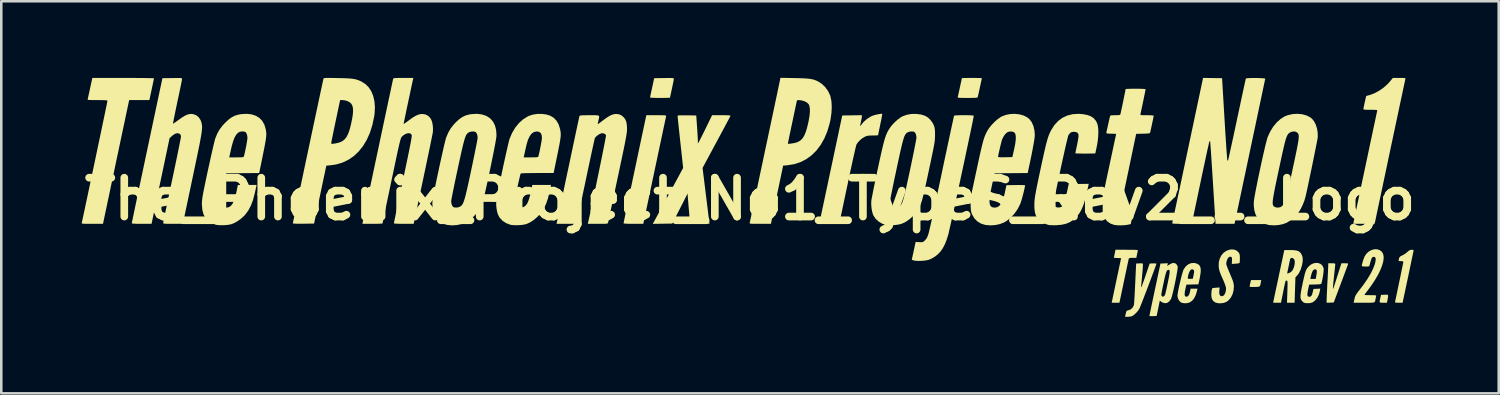
<source format=kicad_pcb>
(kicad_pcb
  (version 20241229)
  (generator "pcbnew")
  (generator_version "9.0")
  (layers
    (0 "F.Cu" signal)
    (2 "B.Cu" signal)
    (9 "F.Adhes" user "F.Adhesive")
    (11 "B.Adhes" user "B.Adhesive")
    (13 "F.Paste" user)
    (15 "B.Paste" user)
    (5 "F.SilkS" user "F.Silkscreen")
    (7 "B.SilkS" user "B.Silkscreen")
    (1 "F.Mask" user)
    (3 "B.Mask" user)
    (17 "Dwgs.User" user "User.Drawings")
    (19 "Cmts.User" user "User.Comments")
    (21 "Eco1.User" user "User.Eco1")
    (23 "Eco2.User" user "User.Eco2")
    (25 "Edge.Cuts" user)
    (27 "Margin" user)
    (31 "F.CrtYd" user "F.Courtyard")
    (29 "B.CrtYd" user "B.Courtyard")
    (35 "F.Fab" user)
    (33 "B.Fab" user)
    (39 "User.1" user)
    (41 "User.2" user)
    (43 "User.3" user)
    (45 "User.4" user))
  (footprint "The_Phoenix_Project_No1_TypeS_Rev2_1_Logo"
    (layer "F.Cu")
    (at 26.351 4.75)
    (property "Reference" "The_Phoenix_Project_No1_TypeS_Rev2_1_Logo" (at 0 0 0) (layer "F.SilkS") (effects (font (size 1.524 1.524) (thickness 0.3))))
    (attr board_only exclude_from_pos_files exclude_from_bom)
    (fp_poly (pts (xy 24.993 3.755) (xy 25.012 3.775) (xy 25.014 3.817) (xy 25.002 3.89) (xy 24.994 3.933) (xy 24.969 4.067) (xy 24.824 4.067) (xy 24.747 4.066) (xy 24.703 4.06) (xy 24.684 4.047) (xy 24.681 4.03) (xy 24.686 3.99) (xy 24.698 3.925) (xy 24.709 3.877) (xy 24.736 3.76) (xy 24.877 3.754) (xy 24.949 3.751)) (stroke (width 0) (type solid)) (fill yes) (layer "F.SilkS"))
    (fp_poly (pts (xy 20.027 3.257) (xy 20.011 3.343) (xy 19.996 3.397) (xy 19.972 3.428) (xy 19.93 3.442) (xy 19.861 3.447) (xy 19.794 3.448) (xy 19.709 3.45) (xy 19.64 3.448) (xy 19.598 3.444) (xy 19.591 3.442) (xy 19.587 3.415) (xy 19.595 3.366) (xy 19.596 3.362) (xy 19.612 3.293) (xy 19.626 3.236) (xy 19.639 3.178) (xy 20.042 3.178)) (stroke (width 0) (type solid)) (fill yes) (layer "F.SilkS"))
    (fp_poly (pts (xy -3.067 -4.741) (xy -3.024 -4.738) (xy -3 -4.731) (xy -2.989 -4.721) (xy -2.987 -4.706) (xy -2.987 -4.705) (xy -2.991 -4.671) (xy -3.003 -4.603) (xy -3.022 -4.511) (xy -3.045 -4.401) (xy -3.061 -4.325) (xy -3.086 -4.21) (xy -3.107 -4.111) (xy -3.124 -4.034) (xy -3.133 -3.986) (xy -3.135 -3.974) (xy -3.155 -3.97) (xy -3.211 -3.966) (xy -3.296 -3.964) (xy -3.404 -3.962) (xy -3.527 -3.961) (xy -3.651 -3.962) (xy -3.758 -3.965) (xy -3.843 -3.968) (xy -3.899 -3.972) (xy -3.919 -3.977) (xy -3.914 -4.002) (xy -3.902 -4.062) (xy -3.884 -4.149) (xy -3.861 -4.256) (xy -3.837 -4.364) (xy -3.757 -4.735) (xy -3.372 -4.74) (xy -3.236 -4.742) (xy -3.136 -4.743)) (stroke (width 0) (type solid)) (fill yes) (layer "F.SilkS"))
    (fp_poly (pts (xy 14.918 1.992) (xy 15.028 1.992) (xy 15.107 1.995) (xy 15.159 1.998) (xy 15.189 2.004) (xy 15.202 2.012) (xy 15.204 2.024) (xy 15.203 2.028) (xy 15.193 2.069) (xy 15.179 2.134) (xy 15.168 2.187) (xy 15.144 2.309) (xy 14.999 2.309) (xy 14.922 2.31) (xy 14.877 2.316) (xy 14.855 2.329) (xy 14.844 2.353) (xy 14.844 2.357) (xy 14.837 2.387) (xy 14.822 2.455) (xy 14.801 2.554) (xy 14.774 2.681) (xy 14.743 2.83) (xy 14.707 2.998) (xy 14.669 3.178) (xy 14.657 3.236) (xy 14.482 4.067) (xy 14.178 4.067) (xy 14.248 3.734) (xy 14.273 3.615) (xy 14.305 3.466) (xy 14.34 3.297) (xy 14.378 3.119) (xy 14.415 2.945) (xy 14.433 2.86) (xy 14.547 2.32) (xy 14.405 2.314) (xy 14.264 2.307) (xy 14.326 1.991) (xy 14.77 1.991)) (stroke (width 0) (type solid)) (fill yes) (layer "F.SilkS"))
    (fp_poly (pts (xy 8.82 -4.745) (xy 8.927 -4.743) (xy 9.012 -4.741) (xy 9.068 -4.739) (xy 9.088 -4.736) (xy 9.084 -4.712) (xy 9.072 -4.654) (xy 9.055 -4.572) (xy 9.033 -4.474) (xy 9.01 -4.367) (xy 8.987 -4.26) (xy 8.965 -4.161) (xy 8.946 -4.079) (xy 8.933 -4.021) (xy 8.927 -3.999) (xy 8.92 -3.985) (xy 8.903 -3.976) (xy 8.871 -3.969) (xy 8.817 -3.965) (xy 8.737 -3.963) (xy 8.624 -3.962) (xy 8.524 -3.961) (xy 8.386 -3.962) (xy 8.285 -3.963) (xy 8.216 -3.965) (xy 8.172 -3.97) (xy 8.149 -3.977) (xy 8.142 -3.987) (xy 8.143 -3.999) (xy 8.151 -4.029) (xy 8.165 -4.091) (xy 8.184 -4.177) (xy 8.207 -4.277) (xy 8.23 -4.385) (xy 8.253 -4.491) (xy 8.274 -4.588) (xy 8.291 -4.666) (xy 8.301 -4.718) (xy 8.304 -4.736) (xy 8.324 -4.739) (xy 8.38 -4.741) (xy 8.465 -4.743) (xy 8.573 -4.745) (xy 8.696 -4.745)) (stroke (width 0) (type solid)) (fill yes) (layer "F.SilkS"))
    (fp_poly (pts (xy -3.533 -3.283) (xy -3.432 -3.282) (xy -3.362 -3.28) (xy -3.319 -3.275) (xy -3.295 -3.268) (xy -3.287 -3.258) (xy -3.288 -3.246) (xy -3.294 -3.221) (xy -3.307 -3.157) (xy -3.329 -3.057) (xy -3.357 -2.924) (xy -3.392 -2.761) (xy -3.432 -2.571) (xy -3.478 -2.356) (xy -3.528 -2.119) (xy -3.582 -1.864) (xy -3.639 -1.593) (xy -3.7 -1.308) (xy -3.74 -1.117) (xy -4.183 0.974) (xy -4.57 0.974) (xy -4.723 0.973) (xy -4.836 0.97) (xy -4.911 0.965) (xy -4.95 0.957) (xy -4.957 0.951) (xy -4.953 0.928) (xy -4.94 0.868) (xy -4.921 0.772) (xy -4.894 0.645) (xy -4.862 0.49) (xy -4.824 0.31) (xy -4.782 0.109) (xy -4.736 -0.11) (xy -4.687 -0.344) (xy -4.635 -0.59) (xy -4.582 -0.843) (xy -4.527 -1.101) (xy -4.472 -1.361) (xy -4.418 -1.619) (xy -4.364 -1.871) (xy -4.313 -2.115) (xy -4.264 -2.347) (xy -4.218 -2.564) (xy -4.175 -2.762) (xy -4.138 -2.938) (xy -4.106 -3.089) (xy -4.088 -3.172) (xy -4.064 -3.284) (xy -3.671 -3.284)) (stroke (width 0) (type solid)) (fill yes) (layer "F.SilkS"))
    (fp_poly (pts (xy 25.987 1.995) (xy 26.014 2.005) (xy 26.015 2.007) (xy 26.01 2.03) (xy 25.998 2.091) (xy 25.979 2.185) (xy 25.953 2.309) (xy 25.922 2.457) (xy 25.887 2.627) (xy 25.847 2.815) (xy 25.805 3.015) (xy 25.799 3.045) (xy 25.582 4.067) (xy 25.43 4.067) (xy 25.351 4.066) (xy 25.305 4.061) (xy 25.286 4.051) (xy 25.285 4.032) (xy 25.286 4.03) (xy 25.297 3.981) (xy 25.315 3.899) (xy 25.338 3.791) (xy 25.365 3.662) (xy 25.395 3.518) (xy 25.427 3.364) (xy 25.46 3.207) (xy 25.493 3.051) (xy 25.523 2.902) (xy 25.551 2.766) (xy 25.575 2.649) (xy 25.594 2.556) (xy 25.607 2.492) (xy 25.612 2.463) (xy 25.612 2.463) (xy 25.592 2.444) (xy 25.533 2.436) (xy 25.517 2.436) (xy 25.456 2.435) (xy 25.429 2.423) (xy 25.427 2.391) (xy 25.442 2.33) (xy 25.463 2.281) (xy 25.498 2.247) (xy 25.562 2.215) (xy 25.564 2.215) (xy 25.637 2.176) (xy 25.717 2.121) (xy 25.762 2.082) (xy 25.826 2.028) (xy 25.877 2) (xy 25.929 1.991) (xy 25.937 1.991)) (stroke (width 0) (type solid)) (fill yes) (layer "F.SilkS"))
    (fp_poly (pts (xy 22.88 2.523) (xy 22.922 2.529) (xy 22.94 2.543) (xy 22.942 2.558) (xy 22.94 2.589) (xy 22.933 2.656) (xy 22.924 2.751) (xy 22.911 2.869) (xy 22.897 3.001) (xy 22.891 3.051) (xy 22.874 3.212) (xy 22.862 3.335) (xy 22.854 3.423) (xy 22.851 3.481) (xy 22.853 3.512) (xy 22.858 3.52) (xy 22.864 3.515) (xy 22.872 3.493) (xy 22.891 3.436) (xy 22.919 3.351) (xy 22.954 3.241) (xy 22.995 3.114) (xy 23.027 3.013) (xy 23.183 2.521) (xy 23.319 2.521) (xy 23.391 2.522) (xy 23.43 2.527) (xy 23.444 2.539) (xy 23.441 2.561) (xy 23.439 2.566) (xy 23.429 2.596) (xy 23.405 2.661) (xy 23.37 2.756) (xy 23.325 2.876) (xy 23.273 3.017) (xy 23.215 3.173) (xy 23.154 3.334) (xy 22.883 4.057) (xy 22.604 4.069) (xy 22.604 3.947) (xy 22.606 3.892) (xy 22.609 3.802) (xy 22.614 3.685) (xy 22.621 3.546) (xy 22.628 3.395) (xy 22.635 3.262) (xy 22.644 3.107) (xy 22.651 2.962) (xy 22.658 2.832) (xy 22.662 2.726) (xy 22.666 2.649) (xy 22.667 2.611) (xy 22.667 2.521) (xy 22.805 2.521)) (stroke (width 0) (type solid)) (fill yes) (layer "F.SilkS"))
    (fp_poly (pts (xy 17.51 2.531) (xy 17.581 2.568) (xy 17.631 2.621) (xy 17.66 2.694) (xy 17.67 2.791) (xy 17.661 2.917) (xy 17.634 3.076) (xy 17.625 3.123) (xy 17.578 3.346) (xy 17.343 3.352) (xy 17.107 3.358) (xy 17.07 3.517) (xy 17.044 3.645) (xy 17.037 3.739) (xy 17.049 3.799) (xy 17.08 3.828) (xy 17.092 3.831) (xy 17.154 3.82) (xy 17.202 3.77) (xy 17.238 3.679) (xy 17.246 3.641) (xy 17.271 3.517) (xy 17.541 3.517) (xy 17.529 3.575) (xy 17.479 3.75) (xy 17.414 3.887) (xy 17.333 3.988) (xy 17.236 4.054) (xy 17.148 4.081) (xy 17.049 4.089) (xy 16.955 4.078) (xy 16.881 4.048) (xy 16.874 4.043) (xy 16.81 3.969) (xy 16.768 3.873) (xy 16.757 3.794) (xy 16.762 3.734) (xy 16.777 3.643) (xy 16.799 3.527) (xy 16.827 3.397) (xy 16.859 3.26) (xy 16.892 3.123) (xy 16.9 3.092) (xy 17.16 3.092) (xy 17.17 3.122) (xy 17.199 3.132) (xy 17.252 3.132) (xy 17.259 3.131) (xy 17.36 3.125) (xy 17.39 2.973) (xy 17.406 2.889) (xy 17.41 2.836) (xy 17.404 2.803) (xy 17.394 2.787) (xy 17.347 2.755) (xy 17.299 2.761) (xy 17.253 2.804) (xy 17.212 2.88) (xy 17.19 2.948) (xy 17.168 3.037) (xy 17.16 3.092) (xy 16.9 3.092) (xy 16.925 2.996) (xy 16.956 2.886) (xy 16.983 2.802) (xy 17.003 2.752) (xy 17.084 2.64) (xy 17.184 2.56) (xy 17.295 2.515) (xy 17.414 2.508)) (stroke (width 0) (type solid)) (fill yes) (layer "F.SilkS"))
    (fp_poly (pts (xy 15.372 2.525) (xy 15.389 2.528) (xy 15.396 2.535) (xy 15.4 2.552) (xy 15.401 2.584) (xy 15.4 2.633) (xy 15.396 2.704) (xy 15.389 2.799) (xy 15.378 2.923) (xy 15.364 3.08) (xy 15.346 3.272) (xy 15.33 3.442) (xy 15.331 3.465) (xy 15.34 3.456) (xy 15.359 3.415) (xy 15.388 3.339) (xy 15.429 3.226) (xy 15.481 3.076) (xy 15.493 3.04) (xy 15.666 2.532) (xy 15.798 2.525) (xy 15.875 2.525) (xy 15.921 2.532) (xy 15.931 2.541) (xy 15.923 2.567) (xy 15.902 2.627) (xy 15.87 2.717) (xy 15.828 2.831) (xy 15.778 2.965) (xy 15.723 3.114) (xy 15.663 3.272) (xy 15.602 3.435) (xy 15.54 3.597) (xy 15.48 3.754) (xy 15.423 3.901) (xy 15.372 4.033) (xy 15.328 4.144) (xy 15.293 4.23) (xy 15.27 4.286) (xy 15.263 4.301) (xy 15.214 4.377) (xy 15.146 4.456) (xy 15.071 4.528) (xy 14.999 4.581) (xy 14.965 4.598) (xy 14.926 4.606) (xy 14.868 4.614) (xy 14.803 4.618) (xy 14.746 4.62) (xy 14.709 4.617) (xy 14.703 4.613) (xy 14.708 4.591) (xy 14.719 4.54) (xy 14.731 4.491) (xy 14.748 4.425) (xy 14.766 4.388) (xy 14.795 4.371) (xy 14.84 4.361) (xy 14.922 4.329) (xy 14.992 4.266) (xy 15.04 4.184) (xy 15.052 4.143) (xy 15.055 4.107) (xy 15.061 4.034) (xy 15.067 3.93) (xy 15.075 3.798) (xy 15.083 3.646) (xy 15.091 3.477) (xy 15.1 3.305) (xy 15.136 2.532) (xy 15.25 2.525) (xy 15.319 2.523)) (stroke (width 0) (type solid)) (fill yes) (layer "F.SilkS"))
    (fp_poly (pts (xy 21.176 2.002) (xy 21.317 2.006) (xy 21.424 2.021) (xy 21.504 2.048) (xy 21.563 2.092) (xy 21.609 2.154) (xy 21.624 2.181) (xy 21.656 2.265) (xy 21.669 2.355) (xy 21.663 2.464) (xy 21.641 2.586) (xy 21.59 2.761) (xy 21.519 2.907) (xy 21.448 3) (xy 21.38 3.073) (xy 21.364 3.57) (xy 21.349 4.067) (xy 21.05 4.067) (xy 21.065 3.633) (xy 21.069 3.487) (xy 21.072 3.378) (xy 21.072 3.301) (xy 21.07 3.25) (xy 21.065 3.219) (xy 21.057 3.204) (xy 21.046 3.199) (xy 21.038 3.199) (xy 21.023 3.199) (xy 21.01 3.202) (xy 20.999 3.213) (xy 20.988 3.238) (xy 20.976 3.282) (xy 20.961 3.348) (xy 20.94 3.444) (xy 20.914 3.573) (xy 20.897 3.66) (xy 20.814 4.067) (xy 20.66 4.067) (xy 20.586 4.067) (xy 20.531 4.065) (xy 20.507 4.062) (xy 20.507 4.062) (xy 20.512 4.041) (xy 20.524 3.982) (xy 20.543 3.89) (xy 20.569 3.769) (xy 20.6 3.621) (xy 20.636 3.453) (xy 20.676 3.266) (xy 20.719 3.066) (xy 20.726 3.029) (xy 20.75 2.916) (xy 21.057 2.916) (xy 21.073 2.92) (xy 21.113 2.909) (xy 21.163 2.887) (xy 21.206 2.862) (xy 21.259 2.806) (xy 21.303 2.725) (xy 21.335 2.629) (xy 21.353 2.531) (xy 21.354 2.441) (xy 21.335 2.371) (xy 21.321 2.351) (xy 21.272 2.316) (xy 21.222 2.31) (xy 21.185 2.333) (xy 21.174 2.357) (xy 21.162 2.412) (xy 21.145 2.49) (xy 21.126 2.582) (xy 21.106 2.678) (xy 21.087 2.768) (xy 21.071 2.844) (xy 21.061 2.897) (xy 21.057 2.916) (xy 20.75 2.916) (xy 20.945 2.002)) (stroke (width 0) (type solid)) (fill yes) (layer "F.SilkS"))
    (fp_poly (pts (xy 22.287 2.514) (xy 22.373 2.55) (xy 22.44 2.614) (xy 22.481 2.703) (xy 22.486 2.727) (xy 22.488 2.782) (xy 22.481 2.868) (xy 22.468 2.973) (xy 22.449 3.087) (xy 22.427 3.198) (xy 22.404 3.296) (xy 22.4 3.309) (xy 22.39 3.326) (xy 22.365 3.337) (xy 22.319 3.344) (xy 22.245 3.349) (xy 22.154 3.352) (xy 21.918 3.358) (xy 21.878 3.546) (xy 21.856 3.663) (xy 21.848 3.745) (xy 21.856 3.797) (xy 21.881 3.826) (xy 21.922 3.834) (xy 21.925 3.834) (xy 21.972 3.825) (xy 22.008 3.794) (xy 22.036 3.734) (xy 22.062 3.639) (xy 22.064 3.633) (xy 22.088 3.527) (xy 22.221 3.521) (xy 22.354 3.514) (xy 22.339 3.606) (xy 22.302 3.744) (xy 22.24 3.869) (xy 22.159 3.972) (xy 22.066 4.045) (xy 22.038 4.059) (xy 21.964 4.079) (xy 21.872 4.086) (xy 21.782 4.082) (xy 21.722 4.068) (xy 21.677 4.038) (xy 21.635 3.996) (xy 21.607 3.955) (xy 21.589 3.909) (xy 21.58 3.853) (xy 21.58 3.782) (xy 21.591 3.689) (xy 21.611 3.569) (xy 21.641 3.416) (xy 21.659 3.328) (xy 21.696 3.161) (xy 21.701 3.135) (xy 21.965 3.135) (xy 22.176 3.135) (xy 22.202 2.992) (xy 22.217 2.889) (xy 22.219 2.82) (xy 22.206 2.78) (xy 22.178 2.761) (xy 22.165 2.758) (xy 22.114 2.764) (xy 22.07 2.8) (xy 22.033 2.87) (xy 21.999 2.976) (xy 21.979 3.066) (xy 21.965 3.135) (xy 21.701 3.135) (xy 21.726 3.028) (xy 21.752 2.926) (xy 21.776 2.848) (xy 21.8 2.787) (xy 21.826 2.738) (xy 21.856 2.696) (xy 21.892 2.653) (xy 21.893 2.652) (xy 21.985 2.573) (xy 22.086 2.524) (xy 22.189 2.505)) (stroke (width 0) (type solid)) (fill yes) (layer "F.SilkS"))
    (fp_poly (pts (xy 24.585 1.973) (xy 24.685 2.005) (xy 24.769 2.071) (xy 24.781 2.086) (xy 24.826 2.176) (xy 24.841 2.293) (xy 24.827 2.433) (xy 24.784 2.593) (xy 24.716 2.772) (xy 24.621 2.966) (xy 24.501 3.173) (xy 24.358 3.39) (xy 24.192 3.614) (xy 24.19 3.617) (xy 24.141 3.68) (xy 24.105 3.73) (xy 24.087 3.757) (xy 24.087 3.76) (xy 24.106 3.764) (xy 24.16 3.768) (xy 24.239 3.77) (xy 24.321 3.771) (xy 24.423 3.771) (xy 24.49 3.774) (xy 24.528 3.779) (xy 24.545 3.789) (xy 24.546 3.804) (xy 24.545 3.808) (xy 24.534 3.854) (xy 24.522 3.915) (xy 24.521 3.919) (xy 24.512 3.97) (xy 24.504 4.007) (xy 24.49 4.034) (xy 24.464 4.051) (xy 24.422 4.061) (xy 24.356 4.066) (xy 24.262 4.068) (xy 24.134 4.067) (xy 24.074 4.067) (xy 23.662 4.067) (xy 23.673 4.02) (xy 23.684 3.97) (xy 23.699 3.901) (xy 23.705 3.873) (xy 23.725 3.811) (xy 23.762 3.742) (xy 23.821 3.657) (xy 23.876 3.587) (xy 24.052 3.357) (xy 24.204 3.135) (xy 24.33 2.926) (xy 24.426 2.732) (xy 24.492 2.558) (xy 24.503 2.52) (xy 24.525 2.405) (xy 24.524 2.325) (xy 24.498 2.279) (xy 24.459 2.267) (xy 24.411 2.277) (xy 24.388 2.293) (xy 24.369 2.33) (xy 24.344 2.394) (xy 24.319 2.475) (xy 24.296 2.557) (xy 24.289 2.59) (xy 24.28 2.62) (xy 24.264 2.638) (xy 24.23 2.646) (xy 24.169 2.648) (xy 24.129 2.648) (xy 24.043 2.645) (xy 23.993 2.636) (xy 23.981 2.625) (xy 23.988 2.574) (xy 24.007 2.497) (xy 24.034 2.409) (xy 24.064 2.323) (xy 24.093 2.254) (xy 24.097 2.245) (xy 24.17 2.138) (xy 24.262 2.056) (xy 24.366 2) (xy 24.476 1.971)) (stroke (width 0) (type solid)) (fill yes) (layer "F.SilkS"))
    (fp_poly (pts (xy 16.65 2.514) (xy 16.712 2.554) (xy 16.755 2.62) (xy 16.765 2.656) (xy 16.765 2.698) (xy 16.756 2.775) (xy 16.739 2.88) (xy 16.717 3.004) (xy 16.691 3.143) (xy 16.661 3.289) (xy 16.63 3.434) (xy 16.599 3.573) (xy 16.569 3.698) (xy 16.542 3.802) (xy 16.519 3.879) (xy 16.504 3.917) (xy 16.438 4.012) (xy 16.36 4.069) (xy 16.274 4.087) (xy 16.182 4.064) (xy 16.138 4.038) (xy 16.064 3.988) (xy 15.94 4.586) (xy 15.798 4.593) (xy 15.727 4.594) (xy 15.676 4.59) (xy 15.656 4.582) (xy 15.656 4.582) (xy 15.661 4.559) (xy 15.673 4.498) (xy 15.693 4.404) (xy 15.719 4.28) (xy 15.75 4.131) (xy 15.786 3.961) (xy 15.826 3.774) (xy 15.832 3.745) (xy 16.125 3.745) (xy 16.126 3.773) (xy 16.132 3.791) (xy 16.142 3.804) (xy 16.147 3.809) (xy 16.181 3.832) (xy 16.215 3.821) (xy 16.235 3.802) (xy 16.248 3.789) (xy 16.259 3.774) (xy 16.269 3.753) (xy 16.28 3.719) (xy 16.293 3.667) (xy 16.31 3.593) (xy 16.333 3.491) (xy 16.362 3.354) (xy 16.376 3.287) (xy 16.409 3.129) (xy 16.432 3.007) (xy 16.446 2.918) (xy 16.452 2.855) (xy 16.45 2.814) (xy 16.439 2.791) (xy 16.421 2.781) (xy 16.417 2.78) (xy 16.388 2.779) (xy 16.362 2.79) (xy 16.339 2.818) (xy 16.317 2.867) (xy 16.293 2.943) (xy 16.266 3.049) (xy 16.234 3.19) (xy 16.217 3.273) (xy 16.183 3.429) (xy 16.158 3.55) (xy 16.141 3.639) (xy 16.13 3.702) (xy 16.125 3.745) (xy 15.832 3.745) (xy 15.868 3.574) (xy 15.874 3.548) (xy 16.09 2.532) (xy 16.381 2.519) (xy 16.367 2.574) (xy 16.353 2.628) (xy 16.434 2.575) (xy 16.499 2.539) (xy 16.562 2.513) (xy 16.577 2.509)) (stroke (width 0) (type solid)) (fill yes) (layer "F.SilkS"))
    (fp_poly (pts (xy 5.184 -3.339) (xy 5.182 -3.317) (xy 5.173 -3.26) (xy 5.157 -3.174) (xy 5.136 -3.066) (xy 5.11 -2.942) (xy 5.106 -2.921) (xy 5.08 -2.795) (xy 5.057 -2.683) (xy 5.039 -2.593) (xy 5.026 -2.53) (xy 5.021 -2.501) (xy 5.021 -2.5) (xy 5.001 -2.495) (xy 4.948 -2.492) (xy 4.871 -2.49) (xy 4.814 -2.489) (xy 4.705 -2.487) (xy 4.626 -2.48) (xy 4.563 -2.465) (xy 4.509 -2.443) (xy 4.41 -2.386) (xy 4.314 -2.308) (xy 4.232 -2.223) (xy 4.176 -2.139) (xy 4.172 -2.129) (xy 4.161 -2.094) (xy 4.143 -2.022) (xy 4.117 -1.915) (xy 4.086 -1.778) (xy 4.049 -1.613) (xy 4.007 -1.424) (xy 3.962 -1.215) (xy 3.913 -0.99) (xy 3.862 -0.751) (xy 3.825 -0.572) (xy 3.773 -0.328) (xy 3.724 -0.095) (xy 3.678 0.122) (xy 3.636 0.321) (xy 3.599 0.498) (xy 3.566 0.65) (xy 3.54 0.774) (xy 3.52 0.865) (xy 3.508 0.921) (xy 3.504 0.937) (xy 3.496 0.951) (xy 3.48 0.96) (xy 3.447 0.967) (xy 3.394 0.971) (xy 3.314 0.973) (xy 3.201 0.974) (xy 3.102 0.974) (xy 2.711 0.974) (xy 2.723 0.927) (xy 2.729 0.9) (xy 2.743 0.834) (xy 2.765 0.733) (xy 2.793 0.599) (xy 2.828 0.434) (xy 2.869 0.243) (xy 2.915 0.027) (xy 2.965 -0.21) (xy 3.02 -0.466) (xy 3.077 -0.737) (xy 3.137 -1.022) (xy 3.175 -1.197) (xy 3.615 -3.273) (xy 4.385 -3.285) (xy 4.385 -3.236) (xy 4.38 -3.194) (xy 4.368 -3.124) (xy 4.35 -3.038) (xy 4.344 -3.008) (xy 4.326 -2.924) (xy 4.317 -2.875) (xy 4.318 -2.858) (xy 4.328 -2.865) (xy 4.339 -2.881) (xy 4.449 -3.016) (xy 4.583 -3.136) (xy 4.729 -3.229) (xy 4.828 -3.272) (xy 4.887 -3.29) (xy 4.962 -3.308) (xy 5.04 -3.324) (xy 5.112 -3.335) (xy 5.163 -3.341)) (stroke (width 0) (type solid)) (fill yes) (layer "F.SilkS"))
    (fp_poly (pts (xy 8.532 -3.283) (xy 8.637 -3.281) (xy 8.708 -3.276) (xy 8.75 -3.27) (xy 8.769 -3.261) (xy 8.77 -3.257) (xy 8.766 -3.227) (xy 8.753 -3.159) (xy 8.733 -3.056) (xy 8.705 -2.922) (xy 8.672 -2.759) (xy 8.632 -2.571) (xy 8.588 -2.361) (xy 8.54 -2.133) (xy 8.488 -1.89) (xy 8.434 -1.634) (xy 8.378 -1.37) (xy 8.32 -1.1) (xy 8.261 -0.828) (xy 8.203 -0.557) (xy 8.145 -0.29) (xy 8.089 -0.031) (xy 8.035 0.218) (xy 7.984 0.452) (xy 7.936 0.669) (xy 7.893 0.866) (xy 7.854 1.038) (xy 7.821 1.184) (xy 7.795 1.299) (xy 7.776 1.381) (xy 7.764 1.425) (xy 7.699 1.625) (xy 7.631 1.79) (xy 7.557 1.93) (xy 7.473 2.053) (xy 7.468 2.059) (xy 7.368 2.165) (xy 7.245 2.262) (xy 7.113 2.34) (xy 7.005 2.385) (xy 6.917 2.405) (xy 6.809 2.419) (xy 6.692 2.427) (xy 6.578 2.428) (xy 6.482 2.422) (xy 6.417 2.409) (xy 6.341 2.383) (xy 6.417 2.034) (xy 6.493 1.684) (xy 6.636 1.692) (xy 6.713 1.695) (xy 6.763 1.69) (xy 6.8 1.673) (xy 6.839 1.639) (xy 6.862 1.617) (xy 6.91 1.561) (xy 6.947 1.497) (xy 6.981 1.41) (xy 6.999 1.355) (xy 7.01 1.31) (xy 7.03 1.226) (xy 7.058 1.107) (xy 7.092 0.956) (xy 7.132 0.775) (xy 7.177 0.567) (xy 7.228 0.336) (xy 7.282 0.084) (xy 7.34 -0.186) (xy 7.401 -0.47) (xy 7.464 -0.765) (xy 7.522 -1.038) (xy 7.585 -1.338) (xy 7.646 -1.625) (xy 7.705 -1.899) (xy 7.759 -2.155) (xy 7.81 -2.392) (xy 7.856 -2.606) (xy 7.896 -2.795) (xy 7.931 -2.957) (xy 7.96 -3.087) (xy 7.981 -3.184) (xy 7.995 -3.245) (xy 8 -3.268) (xy 8.024 -3.273) (xy 8.082 -3.277) (xy 8.17 -3.281) (xy 8.279 -3.283) (xy 8.39 -3.284)) (stroke (width 0) (type solid)) (fill yes) (layer "F.SilkS"))
    (fp_poly (pts (xy 18.981 1.984) (xy 19.082 2.028) (xy 19.16 2.104) (xy 19.183 2.145) (xy 19.197 2.195) (xy 19.202 2.266) (xy 19.203 2.331) (xy 19.201 2.411) (xy 19.196 2.474) (xy 19.19 2.509) (xy 19.188 2.512) (xy 19.161 2.521) (xy 19.104 2.53) (xy 19.03 2.537) (xy 18.886 2.547) (xy 18.893 2.419) (xy 18.895 2.346) (xy 18.889 2.303) (xy 18.873 2.278) (xy 18.858 2.269) (xy 18.806 2.262) (xy 18.757 2.292) (xy 18.714 2.354) (xy 18.683 2.443) (xy 18.683 2.444) (xy 18.676 2.477) (xy 18.67 2.505) (xy 18.669 2.532) (xy 18.673 2.564) (xy 18.684 2.606) (xy 18.704 2.662) (xy 18.734 2.738) (xy 18.775 2.84) (xy 18.831 2.971) (xy 18.886 3.101) (xy 18.928 3.211) (xy 18.954 3.299) (xy 18.965 3.382) (xy 18.968 3.43) (xy 18.955 3.592) (xy 18.912 3.743) (xy 18.843 3.874) (xy 18.751 3.98) (xy 18.665 4.039) (xy 18.571 4.073) (xy 18.462 4.089) (xy 18.354 4.087) (xy 18.261 4.065) (xy 18.229 4.05) (xy 18.166 4.004) (xy 18.126 3.955) (xy 18.099 3.884) (xy 18.093 3.862) (xy 18.085 3.802) (xy 18.084 3.723) (xy 18.089 3.64) (xy 18.1 3.565) (xy 18.115 3.513) (xy 18.123 3.499) (xy 18.149 3.491) (xy 18.205 3.484) (xy 18.273 3.478) (xy 18.41 3.469) (xy 18.397 3.583) (xy 18.394 3.69) (xy 18.413 3.765) (xy 18.451 3.806) (xy 18.507 3.811) (xy 18.557 3.792) (xy 18.596 3.752) (xy 18.63 3.682) (xy 18.653 3.599) (xy 18.66 3.514) (xy 18.659 3.489) (xy 18.645 3.429) (xy 18.618 3.346) (xy 18.581 3.251) (xy 18.558 3.197) (xy 18.497 3.059) (xy 18.451 2.951) (xy 18.419 2.865) (xy 18.397 2.795) (xy 18.383 2.731) (xy 18.375 2.667) (xy 18.373 2.648) (xy 18.377 2.485) (xy 18.413 2.337) (xy 18.479 2.208) (xy 18.571 2.102) (xy 18.686 2.026) (xy 18.82 1.983) (xy 18.859 1.978)) (stroke (width 0) (type solid)) (fill yes) (layer "F.SilkS"))
    (fp_poly (pts (xy 25.556 -4.745) (xy 25.627 -4.743) (xy 25.669 -4.739) (xy 25.689 -4.731) (xy 25.693 -4.717) (xy 25.689 -4.698) (xy 25.683 -4.67) (xy 25.669 -4.605) (xy 25.648 -4.504) (xy 25.619 -4.371) (xy 25.585 -4.209) (xy 25.545 -4.02) (xy 25.499 -3.808) (xy 25.45 -3.575) (xy 25.397 -3.324) (xy 25.34 -3.058) (xy 25.281 -2.78) (xy 25.22 -2.493) (xy 25.158 -2.2) (xy 25.095 -1.904) (xy 25.032 -1.607) (xy 24.97 -1.313) (xy 24.909 -1.025) (xy 24.85 -0.744) (xy 24.793 -0.475) (xy 24.739 -0.22) (xy 24.688 0.018) (xy 24.642 0.235) (xy 24.601 0.43) (xy 24.565 0.6) (xy 24.536 0.74) (xy 24.513 0.849) (xy 24.497 0.924) (xy 24.49 0.961) (xy 24.489 0.965) (xy 24.469 0.968) (xy 24.413 0.97) (xy 24.327 0.972) (xy 24.218 0.974) (xy 24.092 0.974) (xy 24.068 0.974) (xy 23.647 0.974) (xy 23.675 0.842) (xy 23.709 0.677) (xy 23.749 0.488) (xy 23.794 0.277) (xy 23.842 0.048) (xy 23.893 -0.195) (xy 23.947 -0.45) (xy 24.003 -0.713) (xy 24.06 -0.981) (xy 24.117 -1.25) (xy 24.174 -1.519) (xy 24.23 -1.783) (xy 24.284 -2.039) (xy 24.336 -2.283) (xy 24.385 -2.514) (xy 24.43 -2.726) (xy 24.471 -2.919) (xy 24.507 -3.087) (xy 24.537 -3.227) (xy 24.56 -3.337) (xy 24.577 -3.414) (xy 24.586 -3.454) (xy 24.587 -3.458) (xy 24.588 -3.473) (xy 24.577 -3.484) (xy 24.547 -3.49) (xy 24.493 -3.494) (xy 24.407 -3.495) (xy 24.321 -3.495) (xy 24.204 -3.496) (xy 24.123 -3.499) (xy 24.074 -3.505) (xy 24.049 -3.514) (xy 24.044 -3.524) (xy 24.048 -3.553) (xy 24.06 -3.611) (xy 24.076 -3.689) (xy 24.095 -3.777) (xy 24.115 -3.865) (xy 24.133 -3.944) (xy 24.147 -4.004) (xy 24.156 -4.035) (xy 24.157 -4.037) (xy 24.178 -4.043) (xy 24.227 -4.057) (xy 24.267 -4.067) (xy 24.456 -4.134) (xy 24.648 -4.234) (xy 24.831 -4.36) (xy 24.995 -4.505) (xy 25.088 -4.608) (xy 25.199 -4.744) (xy 25.45 -4.745)) (stroke (width 0) (type solid)) (fill yes) (layer "F.SilkS"))
    (fp_poly (pts (xy -0.99 -3.283) (xy -0.895 -3.282) (xy -0.831 -3.279) (xy -0.792 -3.274) (xy -0.774 -3.267) (xy -0.77 -3.256) (xy -0.772 -3.247) (xy -0.784 -3.222) (xy -0.815 -3.163) (xy -0.862 -3.075) (xy -0.924 -2.959) (xy -0.997 -2.821) (xy -1.082 -2.663) (xy -1.175 -2.489) (xy -1.275 -2.303) (xy -1.323 -2.214) (xy -1.86 -1.218) (xy -1.725 -0.127) (xy -1.699 0.083) (xy -1.674 0.28) (xy -1.652 0.46) (xy -1.633 0.619) (xy -1.616 0.753) (xy -1.603 0.858) (xy -1.594 0.93) (xy -1.59 0.966) (xy -1.589 0.969) (xy -1.609 0.971) (xy -1.665 0.972) (xy -1.749 0.973) (xy -1.856 0.974) (xy -1.97 0.974) (xy -2.097 0.973) (xy -2.204 0.971) (xy -2.286 0.966) (xy -2.337 0.961) (xy -2.351 0.955) (xy -2.353 0.929) (xy -2.358 0.867) (xy -2.366 0.776) (xy -2.376 0.661) (xy -2.387 0.53) (xy -2.393 0.463) (xy -2.406 0.319) (xy -2.417 0.183) (xy -2.427 0.063) (xy -2.435 -0.033) (xy -2.44 -0.097) (xy -2.441 -0.112) (xy -2.447 -0.213) (xy -2.746 0.375) (xy -3.046 0.964) (xy -3.429 0.97) (xy -3.812 0.975) (xy -3.773 0.906) (xy -3.755 0.875) (xy -3.72 0.81) (xy -3.668 0.715) (xy -3.602 0.594) (xy -3.524 0.45) (xy -3.436 0.287) (xy -3.339 0.109) (xy -3.237 -0.08) (xy -3.177 -0.19) (xy -2.621 -1.217) (xy -2.731 -2.224) (xy -2.753 -2.426) (xy -2.773 -2.616) (xy -2.792 -2.79) (xy -2.808 -2.942) (xy -2.821 -3.069) (xy -2.831 -3.167) (xy -2.837 -3.231) (xy -2.839 -3.258) (xy -2.839 -3.258) (xy -2.83 -3.268) (xy -2.799 -3.275) (xy -2.742 -3.279) (xy -2.654 -3.28) (xy -2.53 -3.28) (xy -2.473 -3.279) (xy -2.108 -3.273) (xy -2.071 -2.754) (xy -2.062 -2.609) (xy -2.054 -2.478) (xy -2.048 -2.366) (xy -2.044 -2.279) (xy -2.043 -2.225) (xy -2.044 -2.208) (xy -2.044 -2.185) (xy -2.038 -2.182) (xy -2.026 -2.201) (xy -1.997 -2.252) (xy -1.955 -2.333) (xy -1.901 -2.437) (xy -1.84 -2.561) (xy -1.772 -2.698) (xy -1.755 -2.733) (xy -1.486 -3.284) (xy -1.122 -3.284)) (stroke (width 0) (type solid)) (fill yes) (layer "F.SilkS"))
    (fp_poly (pts (xy -24.352 -4.745) (xy -24.143 -4.744) (xy -23.951 -4.743) (xy -23.78 -4.741) (xy -23.634 -4.739) (xy -23.515 -4.737) (xy -23.429 -4.734) (xy -23.378 -4.732) (xy -23.366 -4.729) (xy -23.37 -4.705) (xy -23.382 -4.645) (xy -23.4 -4.557) (xy -23.423 -4.447) (xy -23.45 -4.322) (xy -23.456 -4.295) (xy -23.545 -3.877) (xy -24.337 -3.877) (xy -24.361 -3.766) (xy -24.369 -3.727) (xy -24.386 -3.651) (xy -24.409 -3.54) (xy -24.439 -3.399) (xy -24.475 -3.231) (xy -24.515 -3.038) (xy -24.561 -2.824) (xy -24.61 -2.592) (xy -24.662 -2.346) (xy -24.716 -2.088) (xy -24.772 -1.823) (xy -24.83 -1.552) (xy -24.887 -1.28) (xy -24.944 -1.01) (xy -25 -0.745) (xy -25.055 -0.488) (xy -25.106 -0.243) (xy -25.155 -0.012) (xy -25.2 0.2) (xy -25.24 0.391) (xy -25.276 0.558) (xy -25.305 0.697) (xy -25.328 0.805) (xy -25.343 0.878) (xy -25.351 0.914) (xy -25.351 0.916) (xy -25.363 0.974) (xy -25.785 0.974) (xy -25.929 0.974) (xy -26.036 0.973) (xy -26.111 0.971) (xy -26.159 0.967) (xy -26.186 0.961) (xy -26.197 0.952) (xy -26.197 0.94) (xy -26.197 0.937) (xy -26.19 0.91) (xy -26.176 0.844) (xy -26.154 0.744) (xy -26.126 0.612) (xy -26.091 0.451) (xy -26.052 0.266) (xy -26.008 0.058) (xy -25.96 -0.168) (xy -25.909 -0.41) (xy -25.855 -0.665) (xy -25.799 -0.929) (xy -25.742 -1.199) (xy -25.684 -1.472) (xy -25.627 -1.745) (xy -25.57 -2.015) (xy -25.515 -2.278) (xy -25.462 -2.531) (xy -25.411 -2.772) (xy -25.364 -2.996) (xy -25.321 -3.201) (xy -25.283 -3.384) (xy -25.251 -3.541) (xy -25.224 -3.669) (xy -25.205 -3.765) (xy -25.192 -3.826) (xy -25.188 -3.849) (xy -25.197 -3.859) (xy -25.226 -3.867) (xy -25.28 -3.872) (xy -25.364 -3.875) (xy -25.483 -3.876) (xy -25.581 -3.877) (xy -25.72 -3.877) (xy -25.821 -3.878) (xy -25.891 -3.881) (xy -25.934 -3.885) (xy -25.957 -3.892) (xy -25.965 -3.902) (xy -25.964 -3.914) (xy -25.956 -3.946) (xy -25.941 -4.012) (xy -25.92 -4.104) (xy -25.896 -4.215) (xy -25.878 -4.3) (xy -25.852 -4.42) (xy -25.829 -4.528) (xy -25.81 -4.616) (xy -25.796 -4.676) (xy -25.792 -4.698) (xy -25.781 -4.745) (xy -24.573 -4.745)) (stroke (width 0) (type solid)) (fill yes) (layer "F.SilkS"))
    (fp_poly (pts (xy 18.132 -4.74) (xy 18.505 -4.735) (xy 18.601 -3.131) (xy 18.616 -2.874) (xy 18.631 -2.63) (xy 18.646 -2.401) (xy 18.66 -2.191) (xy 18.672 -2.003) (xy 18.684 -1.841) (xy 18.694 -1.707) (xy 18.702 -1.606) (xy 18.708 -1.54) (xy 18.712 -1.513) (xy 18.712 -1.512) (xy 18.735 -1.506) (xy 18.739 -1.509) (xy 18.745 -1.531) (xy 18.759 -1.591) (xy 18.781 -1.686) (xy 18.809 -1.814) (xy 18.843 -1.97) (xy 18.883 -2.151) (xy 18.927 -2.354) (xy 18.975 -2.577) (xy 19.026 -2.815) (xy 19.08 -3.066) (xy 19.088 -3.106) (xy 19.142 -3.359) (xy 19.194 -3.601) (xy 19.242 -3.827) (xy 19.287 -4.035) (xy 19.327 -4.222) (xy 19.362 -4.383) (xy 19.391 -4.517) (xy 19.414 -4.62) (xy 19.429 -4.688) (xy 19.436 -4.718) (xy 19.436 -4.719) (xy 19.459 -4.728) (xy 19.516 -4.735) (xy 19.597 -4.739) (xy 19.696 -4.742) (xy 19.803 -4.742) (xy 19.912 -4.741) (xy 20.014 -4.737) (xy 20.1 -4.732) (xy 20.163 -4.725) (xy 20.194 -4.717) (xy 20.197 -4.714) (xy 20.192 -4.691) (xy 20.179 -4.629) (xy 20.158 -4.53) (xy 20.13 -4.397) (xy 20.096 -4.232) (xy 20.055 -4.038) (xy 20.008 -3.817) (xy 19.956 -3.571) (xy 19.899 -3.303) (xy 19.839 -3.015) (xy 19.774 -2.709) (xy 19.706 -2.389) (xy 19.635 -2.055) (xy 19.594 -1.859) (xy 18.994 0.974) (xy 18.249 0.974) (xy 18.147 -0.641) (xy 18.131 -0.898) (xy 18.115 -1.143) (xy 18.1 -1.373) (xy 18.086 -1.583) (xy 18.074 -1.771) (xy 18.063 -1.934) (xy 18.053 -2.068) (xy 18.045 -2.17) (xy 18.04 -2.236) (xy 18.037 -2.264) (xy 18.036 -2.265) (xy 18.016 -2.261) (xy 18.009 -2.255) (xy 18.002 -2.231) (xy 17.987 -2.17) (xy 17.965 -2.073) (xy 17.936 -1.944) (xy 17.901 -1.787) (xy 17.862 -1.604) (xy 17.818 -1.399) (xy 17.77 -1.176) (xy 17.719 -0.936) (xy 17.666 -0.683) (xy 17.655 -0.63) (xy 17.318 0.974) (xy 16.929 0.974) (xy 16.786 0.974) (xy 16.682 0.972) (xy 16.61 0.968) (xy 16.568 0.962) (xy 16.551 0.954) (xy 16.55 0.948) (xy 16.556 0.924) (xy 16.569 0.862) (xy 16.591 0.763) (xy 16.62 0.629) (xy 16.655 0.464) (xy 16.697 0.269) (xy 16.744 0.047) (xy 16.796 -0.199) (xy 16.854 -0.468) (xy 16.915 -0.756) (xy 16.98 -1.062) (xy 17.048 -1.383) (xy 17.119 -1.717) (xy 17.16 -1.912) (xy 17.76 -4.746)) (stroke (width 0) (type solid)) (fill yes) (layer "F.SilkS"))
    (fp_poly (pts (xy -22.345 -4.742) (xy -22.301 -4.738) (xy -22.277 -4.731) (xy -22.267 -4.721) (xy -22.265 -4.706) (xy -22.265 -4.703) (xy -22.269 -4.674) (xy -22.281 -4.608) (xy -22.301 -4.509) (xy -22.326 -4.383) (xy -22.357 -4.234) (xy -22.392 -4.067) (xy -22.431 -3.886) (xy -22.447 -3.812) (xy -22.486 -3.628) (xy -22.521 -3.458) (xy -22.553 -3.305) (xy -22.579 -3.174) (xy -22.6 -3.07) (xy -22.613 -2.996) (xy -22.619 -2.958) (xy -22.619 -2.953) (xy -22.599 -2.961) (xy -22.553 -2.99) (xy -22.488 -3.035) (xy -22.425 -3.082) (xy -22.284 -3.183) (xy -22.165 -3.257) (xy -22.063 -3.305) (xy -21.972 -3.329) (xy -21.884 -3.333) (xy -21.815 -3.323) (xy -21.702 -3.278) (xy -21.608 -3.199) (xy -21.538 -3.091) (xy -21.514 -3.027) (xy -21.502 -2.984) (xy -21.492 -2.943) (xy -21.485 -2.9) (xy -21.481 -2.852) (xy -21.48 -2.798) (xy -21.484 -2.733) (xy -21.491 -2.656) (xy -21.504 -2.563) (xy -21.522 -2.452) (xy -21.546 -2.32) (xy -21.575 -2.164) (xy -21.612 -1.981) (xy -21.655 -1.77) (xy -21.706 -1.526) (xy -21.764 -1.247) (xy -21.831 -0.93) (xy -21.856 -0.81) (xy -22.233 0.974) (xy -22.62 0.974) (xy -22.763 0.974) (xy -22.869 0.972) (xy -22.941 0.968) (xy -22.985 0.961) (xy -23.004 0.953) (xy -23.006 0.947) (xy -23.002 0.923) (xy -22.989 0.86) (xy -22.969 0.762) (xy -22.943 0.633) (xy -22.91 0.474) (xy -22.871 0.29) (xy -22.828 0.084) (xy -22.78 -0.142) (xy -22.729 -0.383) (xy -22.676 -0.638) (xy -22.657 -0.727) (xy -22.602 -0.986) (xy -22.55 -1.235) (xy -22.501 -1.469) (xy -22.456 -1.686) (xy -22.416 -1.883) (xy -22.381 -2.056) (xy -22.352 -2.201) (xy -22.329 -2.316) (xy -22.314 -2.397) (xy -22.308 -2.441) (xy -22.307 -2.447) (xy -22.318 -2.51) (xy -22.356 -2.552) (xy -22.36 -2.555) (xy -22.435 -2.58) (xy -22.519 -2.564) (xy -22.613 -2.509) (xy -22.656 -2.473) (xy -22.754 -2.383) (xy -23.107 -0.704) (xy -23.46 0.974) (xy -23.848 0.974) (xy -23.992 0.974) (xy -24.098 0.971) (xy -24.171 0.967) (xy -24.215 0.961) (xy -24.233 0.952) (xy -24.235 0.948) (xy -24.23 0.924) (xy -24.218 0.862) (xy -24.197 0.763) (xy -24.169 0.629) (xy -24.135 0.464) (xy -24.094 0.269) (xy -24.047 0.048) (xy -23.995 -0.199) (xy -23.939 -0.467) (xy -23.878 -0.756) (xy -23.813 -1.061) (xy -23.745 -1.382) (xy -23.675 -1.715) (xy -23.634 -1.907) (xy -23.034 -4.735) (xy -22.649 -4.74) (xy -22.513 -4.742) (xy -22.414 -4.743)) (stroke (width 0) (type solid)) (fill yes) (layer "F.SilkS"))
    (fp_poly (pts (xy -16.382 -4.744) (xy -16.23 -4.741) (xy -16.156 -4.74) (xy -15.963 -4.735) (xy -15.806 -4.73) (xy -15.678 -4.722) (xy -15.574 -4.711) (xy -15.487 -4.696) (xy -15.41 -4.676) (xy -15.337 -4.65) (xy -15.262 -4.617) (xy -15.232 -4.603) (xy -15.077 -4.505) (xy -14.947 -4.376) (xy -14.844 -4.217) (xy -14.769 -4.032) (xy -14.722 -3.824) (xy -14.704 -3.595) (xy -14.717 -3.348) (xy -14.733 -3.231) (xy -14.804 -2.899) (xy -14.9 -2.596) (xy -15.022 -2.321) (xy -15.169 -2.077) (xy -15.338 -1.864) (xy -15.529 -1.684) (xy -15.741 -1.538) (xy -15.972 -1.427) (xy -16.222 -1.354) (xy -16.443 -1.321) (xy -16.521 -1.314) (xy -16.579 -1.309) (xy -16.608 -1.305) (xy -16.609 -1.305) (xy -16.614 -1.285) (xy -16.626 -1.226) (xy -16.646 -1.134) (xy -16.671 -1.012) (xy -16.703 -0.863) (xy -16.739 -0.692) (xy -16.779 -0.502) (xy -16.823 -0.296) (xy -16.849 -0.169) (xy -17.089 0.964) (xy -17.505 0.97) (xy -17.658 0.971) (xy -17.778 0.969) (xy -17.864 0.966) (xy -17.912 0.96) (xy -17.922 0.955) (xy -17.918 0.932) (xy -17.905 0.87) (xy -17.885 0.773) (xy -17.858 0.644) (xy -17.825 0.484) (xy -17.785 0.298) (xy -17.741 0.087) (xy -17.692 -0.144) (xy -17.64 -0.393) (xy -17.584 -0.658) (xy -17.525 -0.935) (xy -17.465 -1.222) (xy -17.403 -1.515) (xy -17.34 -1.811) (xy -17.277 -2.108) (xy -17.26 -2.187) (xy -16.419 -2.187) (xy -16.41 -2.169) (xy -16.382 -2.162) (xy -16.326 -2.166) (xy -16.238 -2.18) (xy -16.216 -2.184) (xy -16.088 -2.217) (xy -15.98 -2.266) (xy -15.891 -2.337) (xy -15.816 -2.433) (xy -15.752 -2.558) (xy -15.696 -2.717) (xy -15.645 -2.914) (xy -15.643 -2.923) (xy -15.598 -3.137) (xy -15.57 -3.315) (xy -15.56 -3.461) (xy -15.568 -3.579) (xy -15.594 -3.672) (xy -15.64 -3.744) (xy -15.705 -3.799) (xy -15.792 -3.841) (xy -15.801 -3.844) (xy -15.881 -3.865) (xy -15.963 -3.876) (xy -15.981 -3.877) (xy -16.068 -3.877) (xy -16.244 -3.045) (xy -16.282 -2.863) (xy -16.318 -2.693) (xy -16.349 -2.54) (xy -16.376 -2.409) (xy -16.397 -2.304) (xy -16.411 -2.23) (xy -16.418 -2.192) (xy -16.419 -2.187) (xy -17.26 -2.187) (xy -17.215 -2.403) (xy -17.153 -2.693) (xy -17.093 -2.975) (xy -17.036 -3.245) (xy -16.981 -3.502) (xy -16.93 -3.742) (xy -16.883 -3.962) (xy -16.841 -4.16) (xy -16.804 -4.332) (xy -16.774 -4.475) (xy -16.749 -4.587) (xy -16.732 -4.665) (xy -16.723 -4.706) (xy -16.722 -4.711) (xy -16.716 -4.723) (xy -16.705 -4.732) (xy -16.682 -4.738) (xy -16.643 -4.742) (xy -16.583 -4.745) (xy -16.498 -4.745)) (stroke (width 0) (type solid)) (fill yes) (layer "F.SilkS"))
    (fp_poly (pts (xy 1.746 -4.739) (xy 1.944 -4.735) (xy 2.107 -4.729) (xy 2.239 -4.72) (xy 2.347 -4.709) (xy 2.437 -4.693) (xy 2.516 -4.672) (xy 2.588 -4.645) (xy 2.66 -4.612) (xy 2.673 -4.606) (xy 2.819 -4.51) (xy 2.95 -4.382) (xy 3.059 -4.232) (xy 3.137 -4.07) (xy 3.155 -4.014) (xy 3.192 -3.828) (xy 3.204 -3.614) (xy 3.193 -3.38) (xy 3.159 -3.132) (xy 3.124 -2.969) (xy 3.032 -2.656) (xy 2.914 -2.373) (xy 2.771 -2.121) (xy 2.605 -1.901) (xy 2.417 -1.714) (xy 2.207 -1.561) (xy 1.977 -1.444) (xy 1.729 -1.364) (xy 1.463 -1.322) (xy 1.461 -1.321) (xy 1.299 -1.308) (xy 1.08 -0.267) (xy 1.037 -0.06) (xy 0.995 0.138) (xy 0.957 0.321) (xy 0.922 0.486) (xy 0.892 0.628) (xy 0.868 0.742) (xy 0.851 0.825) (xy 0.842 0.871) (xy 0.841 0.874) (xy 0.821 0.974) (xy 0.398 0.974) (xy 0.254 0.974) (xy 0.148 0.973) (xy 0.073 0.971) (xy 0.024 0.967) (xy -0.003 0.961) (xy -0.014 0.952) (xy -0.014 0.94) (xy -0.013 0.937) (xy -0.008 0.914) (xy 0.006 0.851) (xy 0.027 0.754) (xy 0.054 0.623) (xy 0.089 0.463) (xy 0.129 0.276) (xy 0.173 0.065) (xy 0.223 -0.167) (xy 0.276 -0.416) (xy 0.332 -0.681) (xy 0.391 -0.958) (xy 0.452 -1.244) (xy 0.514 -1.537) (xy 0.576 -1.832) (xy 0.639 -2.128) (xy 0.648 -2.168) (xy 1.483 -2.168) (xy 1.502 -2.163) (xy 1.551 -2.165) (xy 1.619 -2.173) (xy 1.694 -2.185) (xy 1.767 -2.199) (xy 1.824 -2.215) (xy 1.828 -2.216) (xy 1.921 -2.258) (xy 2.001 -2.315) (xy 2.07 -2.392) (xy 2.13 -2.493) (xy 2.184 -2.622) (xy 2.234 -2.784) (xy 2.282 -2.982) (xy 2.299 -3.064) (xy 2.333 -3.259) (xy 2.348 -3.427) (xy 2.344 -3.565) (xy 2.321 -3.67) (xy 2.299 -3.714) (xy 2.233 -3.78) (xy 2.136 -3.832) (xy 2.017 -3.865) (xy 1.967 -3.871) (xy 1.898 -3.876) (xy 1.86 -3.873) (xy 1.842 -3.858) (xy 1.833 -3.832) (xy 1.825 -3.794) (xy 1.809 -3.723) (xy 1.788 -3.623) (xy 1.762 -3.5) (xy 1.732 -3.36) (xy 1.7 -3.207) (xy 1.666 -3.047) (xy 1.632 -2.886) (xy 1.599 -2.728) (xy 1.568 -2.58) (xy 1.54 -2.447) (xy 1.517 -2.334) (xy 1.498 -2.246) (xy 1.487 -2.189) (xy 1.483 -2.168) (xy 0.648 -2.168) (xy 0.702 -2.422) (xy 0.763 -2.71) (xy 0.822 -2.99) (xy 0.879 -3.258) (xy 0.933 -3.513) (xy 0.983 -3.75) (xy 1.029 -3.967) (xy 1.07 -4.16) (xy 1.105 -4.328) (xy 1.134 -4.467) (xy 1.157 -4.574) (xy 1.172 -4.647) (xy 1.178 -4.679) (xy 1.193 -4.75)) (stroke (width 0) (type solid)) (fill yes) (layer "F.SilkS"))
    (fp_poly (pts (xy 10.557 -3.318) (xy 10.716 -3.275) (xy 10.855 -3.208) (xy 10.949 -3.134) (xy 11.041 -3.014) (xy 11.109 -2.864) (xy 11.15 -2.69) (xy 11.164 -2.508) (xy 11.159 -2.431) (xy 11.143 -2.314) (xy 11.117 -2.158) (xy 11.081 -1.963) (xy 11.036 -1.729) (xy 10.98 -1.459) (xy 10.914 -1.151) (xy 10.909 -1.128) (xy 10.885 -1.017) (xy 9.587 -1.006) (xy 9.487 -0.551) (xy 9.441 -0.331) (xy 9.409 -0.149) (xy 9.391 -0.000477) (xy 9.388 0.117) (xy 9.399 0.205) (xy 9.426 0.269) (xy 9.468 0.31) (xy 9.526 0.332) (xy 9.588 0.338) (xy 9.678 0.326) (xy 9.756 0.284) (xy 9.824 0.212) (xy 9.883 0.105) (xy 9.936 -0.038) (xy 9.984 -0.22) (xy 9.993 -0.265) (xy 10.052 -0.54) (xy 10.417 -0.546) (xy 10.537 -0.547) (xy 10.639 -0.546) (xy 10.719 -0.544) (xy 10.769 -0.54) (xy 10.782 -0.535) (xy 10.776 -0.486) (xy 10.76 -0.406) (xy 10.736 -0.304) (xy 10.708 -0.19) (xy 10.677 -0.074) (xy 10.646 0.035) (xy 10.617 0.127) (xy 10.594 0.193) (xy 10.592 0.198) (xy 10.492 0.395) (xy 10.364 0.578) (xy 10.216 0.736) (xy 10.054 0.865) (xy 9.952 0.924) (xy 9.795 0.984) (xy 9.615 1.022) (xy 9.427 1.035) (xy 9.246 1.02) (xy 9.216 1.015) (xy 9.05 0.963) (xy 8.909 0.877) (xy 8.794 0.757) (xy 8.71 0.615) (xy 8.686 0.557) (xy 8.669 0.499) (xy 8.658 0.43) (xy 8.652 0.34) (xy 8.648 0.244) (xy 8.64 -0.011) (xy 8.883 -1.144) (xy 8.939 -1.404) (xy 8.988 -1.626) (xy 8.993 -1.652) (xy 9.724 -1.652) (xy 9.744 -1.642) (xy 9.806 -1.636) (xy 9.908 -1.635) (xy 10.004 -1.636) (xy 10.284 -1.642) (xy 10.354 -1.949) (xy 10.395 -2.153) (xy 10.417 -2.319) (xy 10.419 -2.449) (xy 10.403 -2.544) (xy 10.367 -2.603) (xy 10.362 -2.608) (xy 10.294 -2.639) (xy 10.208 -2.647) (xy 10.123 -2.631) (xy 10.077 -2.608) (xy 10.006 -2.544) (xy 9.939 -2.45) (xy 9.885 -2.34) (xy 9.884 -2.338) (xy 9.87 -2.294) (xy 9.85 -2.22) (xy 9.826 -2.125) (xy 9.801 -2.02) (xy 9.776 -1.912) (xy 9.753 -1.812) (xy 9.736 -1.729) (xy 9.726 -1.671) (xy 9.724 -1.652) (xy 8.993 -1.652) (xy 9.029 -1.814) (xy 9.066 -1.973) (xy 9.098 -2.106) (xy 9.126 -2.217) (xy 9.152 -2.31) (xy 9.177 -2.388) (xy 9.202 -2.457) (xy 9.228 -2.519) (xy 9.255 -2.578) (xy 9.286 -2.639) (xy 9.296 -2.659) (xy 9.369 -2.776) (xy 9.468 -2.899) (xy 9.582 -3.019) (xy 9.702 -3.125) (xy 9.818 -3.207) (xy 9.872 -3.237) (xy 10.034 -3.297) (xy 10.207 -3.33) (xy 10.384 -3.337)) (stroke (width 0) (type solid)) (fill yes) (layer "F.SilkS"))
    (fp_poly (pts (xy 15.24 -4.321) (xy 15.348 -4.318) (xy 15.433 -4.314) (xy 15.488 -4.308) (xy 15.507 -4.303) (xy 15.503 -4.277) (xy 15.491 -4.217) (xy 15.474 -4.131) (xy 15.452 -4.024) (xy 15.428 -3.905) (xy 15.402 -3.78) (xy 15.376 -3.657) (xy 15.352 -3.543) (xy 15.331 -3.445) (xy 15.315 -3.371) (xy 15.305 -3.327) (xy 15.303 -3.321) (xy 15.302 -3.305) (xy 15.313 -3.295) (xy 15.343 -3.288) (xy 15.399 -3.285) (xy 15.487 -3.284) (xy 15.558 -3.284) (xy 15.666 -3.282) (xy 15.75 -3.278) (xy 15.805 -3.271) (xy 15.825 -3.263) (xy 15.82 -3.237) (xy 15.809 -3.178) (xy 15.792 -3.095) (xy 15.772 -2.998) (xy 15.75 -2.895) (xy 15.728 -2.795) (xy 15.709 -2.706) (xy 15.694 -2.639) (xy 15.684 -2.601) (xy 15.675 -2.586) (xy 15.653 -2.575) (xy 15.61 -2.568) (xy 15.541 -2.563) (xy 15.439 -2.559) (xy 15.406 -2.559) (xy 15.138 -2.553) (xy 14.931 -1.568) (xy 14.888 -1.361) (xy 14.846 -1.16) (xy 14.806 -0.97) (xy 14.77 -0.797) (xy 14.738 -0.645) (xy 14.711 -0.52) (xy 14.692 -0.426) (xy 14.681 -0.377) (xy 14.656 -0.23) (xy 14.642 -0.092) (xy 14.64 0.028) (xy 14.651 0.12) (xy 14.663 0.158) (xy 14.69 0.198) (xy 14.733 0.221) (xy 14.8 0.232) (xy 14.899 0.23) (xy 14.937 0.228) (xy 15.084 0.217) (xy 15.071 0.283) (xy 15.063 0.327) (xy 15.047 0.403) (xy 15.026 0.502) (xy 15.002 0.615) (xy 14.991 0.667) (xy 14.924 0.985) (xy 14.808 1.01) (xy 14.709 1.024) (xy 14.591 1.032) (xy 14.468 1.033) (xy 14.356 1.027) (xy 14.273 1.015) (xy 14.124 0.961) (xy 14.003 0.877) (xy 13.909 0.759) (xy 13.872 0.688) (xy 13.853 0.645) (xy 13.84 0.603) (xy 13.832 0.554) (xy 13.827 0.49) (xy 13.825 0.402) (xy 13.825 0.283) (xy 13.826 0.244) (xy 13.829 -0.095) (xy 14.091 -1.324) (xy 14.354 -2.553) (xy 14.157 -2.559) (xy 14.065 -2.562) (xy 14.008 -2.567) (xy 13.978 -2.574) (xy 13.968 -2.588) (xy 13.97 -2.608) (xy 13.971 -2.612) (xy 13.979 -2.649) (xy 13.994 -2.718) (xy 14.015 -2.811) (xy 14.038 -2.919) (xy 14.046 -2.953) (xy 14.07 -3.06) (xy 14.091 -3.152) (xy 14.108 -3.222) (xy 14.119 -3.261) (xy 14.121 -3.266) (xy 14.146 -3.274) (xy 14.203 -3.28) (xy 14.282 -3.283) (xy 14.32 -3.284) (xy 14.412 -3.285) (xy 14.47 -3.289) (xy 14.502 -3.298) (xy 14.517 -3.314) (xy 14.519 -3.321) (xy 14.527 -3.352) (xy 14.541 -3.417) (xy 14.561 -3.507) (xy 14.584 -3.616) (xy 14.609 -3.737) (xy 14.635 -3.862) (xy 14.66 -3.984) (xy 14.682 -4.096) (xy 14.702 -4.191) (xy 14.715 -4.262) (xy 14.722 -4.301) (xy 14.723 -4.306) (xy 14.743 -4.311) (xy 14.799 -4.315) (xy 14.884 -4.319) (xy 14.992 -4.321) (xy 15.115 -4.322)) (stroke (width 0) (type solid)) (fill yes) (layer "F.SilkS"))
    (fp_poly (pts (xy 13.042 -3.326) (xy 13.216 -3.294) (xy 13.355 -3.244) (xy 13.464 -3.173) (xy 13.549 -3.078) (xy 13.604 -2.979) (xy 13.634 -2.879) (xy 13.651 -2.747) (xy 13.655 -2.59) (xy 13.646 -2.415) (xy 13.625 -2.231) (xy 13.593 -2.057) (xy 13.572 -1.958) (xy 13.554 -1.874) (xy 13.542 -1.815) (xy 13.537 -1.788) (xy 13.537 -1.787) (xy 13.517 -1.785) (xy 13.461 -1.783) (xy 13.376 -1.781) (xy 13.268 -1.78) (xy 13.145 -1.779) (xy 13.021 -1.78) (xy 12.914 -1.782) (xy 12.829 -1.784) (xy 12.773 -1.787) (xy 12.753 -1.79) (xy 12.757 -1.814) (xy 12.769 -1.871) (xy 12.786 -1.954) (xy 12.807 -2.056) (xy 12.817 -2.101) (xy 12.847 -2.251) (xy 12.867 -2.366) (xy 12.877 -2.451) (xy 12.876 -2.513) (xy 12.866 -2.556) (xy 12.846 -2.587) (xy 12.838 -2.594) (xy 12.78 -2.623) (xy 12.702 -2.634) (xy 12.621 -2.624) (xy 12.576 -2.607) (xy 12.532 -2.569) (xy 12.49 -2.511) (xy 12.479 -2.491) (xy 12.467 -2.455) (xy 12.448 -2.382) (xy 12.422 -2.276) (xy 12.39 -2.142) (xy 12.354 -1.985) (xy 12.315 -1.809) (xy 12.272 -1.618) (xy 12.228 -1.417) (xy 12.183 -1.21) (xy 12.139 -1.002) (xy 12.095 -0.798) (xy 12.054 -0.602) (xy 12.016 -0.418) (xy 11.982 -0.25) (xy 11.953 -0.104) (xy 11.93 0.015) (xy 11.914 0.105) (xy 11.906 0.16) (xy 11.906 0.171) (xy 11.923 0.252) (xy 11.972 0.307) (xy 12.049 0.333) (xy 12.113 0.333) (xy 12.17 0.323) (xy 12.217 0.304) (xy 12.256 0.272) (xy 12.29 0.221) (xy 12.321 0.147) (xy 12.352 0.046) (xy 12.385 -0.088) (xy 12.422 -0.254) (xy 12.492 -0.583) (xy 12.885 -0.588) (xy 13.278 -0.594) (xy 13.228 -0.355) (xy 13.172 -0.109) (xy 13.115 0.099) (xy 13.055 0.276) (xy 12.99 0.425) (xy 12.917 0.552) (xy 12.836 0.661) (xy 12.802 0.699) (xy 12.674 0.82) (xy 12.537 0.91) (xy 12.384 0.973) (xy 12.208 1.011) (xy 12.012 1.028) (xy 11.908 1.03) (xy 11.809 1.028) (xy 11.731 1.022) (xy 11.699 1.017) (xy 11.543 0.967) (xy 11.403 0.891) (xy 11.347 0.847) (xy 11.265 0.757) (xy 11.205 0.648) (xy 11.167 0.516) (xy 11.148 0.355) (xy 11.147 0.161) (xy 11.148 0.146) (xy 11.152 0.083) (xy 11.158 0.016) (xy 11.168 -0.061) (xy 11.182 -0.151) (xy 11.201 -0.258) (xy 11.225 -0.387) (xy 11.256 -0.541) (xy 11.294 -0.725) (xy 11.34 -0.943) (xy 11.385 -1.155) (xy 11.442 -1.42) (xy 11.492 -1.647) (xy 11.535 -1.841) (xy 11.573 -2.005) (xy 11.606 -2.143) (xy 11.637 -2.259) (xy 11.665 -2.356) (xy 11.692 -2.439) (xy 11.718 -2.512) (xy 11.746 -2.577) (xy 11.776 -2.64) (xy 11.802 -2.692) (xy 11.926 -2.889) (xy 12.073 -3.052) (xy 12.242 -3.179) (xy 12.432 -3.269) (xy 12.642 -3.322) (xy 12.87 -3.338)) (stroke (width 0) (type solid)) (fill yes) (layer "F.SilkS"))
    (fp_poly (pts (xy -19.534 -3.316) (xy -19.37 -3.261) (xy -19.231 -3.176) (xy -19.12 -3.059) (xy -19.038 -2.914) (xy -18.992 -2.762) (xy -18.98 -2.709) (xy -18.972 -2.66) (xy -18.965 -2.613) (xy -18.962 -2.564) (xy -18.963 -2.509) (xy -18.967 -2.444) (xy -18.976 -2.366) (xy -18.991 -2.272) (xy -19.011 -2.158) (xy -19.036 -2.021) (xy -19.069 -1.856) (xy -19.108 -1.662) (xy -19.155 -1.433) (xy -19.21 -1.166) (xy -19.218 -1.128) (xy -19.241 -1.017) (xy -19.89 -1.012) (xy -20.538 -1.006) (xy -20.64 -0.561) (xy -20.685 -0.355) (xy -20.717 -0.184) (xy -20.737 -0.046) (xy -20.745 0.065) (xy -20.741 0.151) (xy -20.725 0.218) (xy -20.713 0.246) (xy -20.677 0.3) (xy -20.631 0.328) (xy -20.563 0.338) (xy -20.529 0.339) (xy -20.441 0.325) (xy -20.364 0.281) (xy -20.297 0.205) (xy -20.239 0.095) (xy -20.187 -0.053) (xy -20.141 -0.24) (xy -20.135 -0.264) (xy -20.076 -0.551) (xy -19.34 -0.551) (xy -19.351 -0.503) (xy -19.36 -0.464) (xy -19.376 -0.394) (xy -19.396 -0.303) (xy -19.415 -0.217) (xy -19.483 0.04) (xy -19.566 0.261) (xy -19.667 0.451) (xy -19.789 0.615) (xy -19.849 0.679) (xy -19.959 0.777) (xy -20.084 0.866) (xy -20.209 0.939) (xy -20.323 0.986) (xy -20.325 0.987) (xy -20.423 1.008) (xy -20.545 1.023) (xy -20.676 1.029) (xy -20.801 1.027) (xy -20.906 1.017) (xy -20.941 1.01) (xy -21.107 0.949) (xy -21.243 0.861) (xy -21.348 0.746) (xy -21.423 0.602) (xy -21.469 0.428) (xy -21.486 0.223) (xy -21.487 0.18) (xy -21.485 0.128) (xy -21.482 0.074) (xy -21.476 0.013) (xy -21.466 -0.058) (xy -21.452 -0.144) (xy -21.433 -0.249) (xy -21.408 -0.375) (xy -21.376 -0.529) (xy -21.338 -0.712) (xy -21.292 -0.93) (xy -21.25 -1.125) (xy -21.203 -1.339) (xy -21.158 -1.546) (xy -21.139 -1.631) (xy -20.415 -1.631) (xy -20.134 -1.631) (xy -20.019 -1.632) (xy -19.939 -1.634) (xy -19.888 -1.639) (xy -19.859 -1.647) (xy -19.845 -1.659) (xy -19.841 -1.668) (xy -19.821 -1.743) (xy -19.798 -1.842) (xy -19.774 -1.957) (xy -19.75 -2.076) (xy -19.729 -2.191) (xy -19.713 -2.29) (xy -19.703 -2.364) (xy -19.701 -2.395) (xy -19.711 -2.491) (xy -19.738 -2.57) (xy -19.778 -2.623) (xy -19.798 -2.635) (xy -19.841 -2.644) (xy -19.903 -2.648) (xy -19.912 -2.648) (xy -19.998 -2.635) (xy -20.074 -2.592) (xy -20.142 -2.519) (xy -20.204 -2.413) (xy -20.26 -2.27) (xy -20.312 -2.089) (xy -20.344 -1.954) (xy -20.415 -1.631) (xy -21.139 -1.631) (xy -21.114 -1.74) (xy -21.074 -1.917) (xy -21.038 -2.072) (xy -21.007 -2.201) (xy -20.983 -2.298) (xy -20.966 -2.361) (xy -20.962 -2.372) (xy -20.888 -2.556) (xy -20.797 -2.719) (xy -20.681 -2.873) (xy -20.57 -2.992) (xy -20.44 -3.113) (xy -20.32 -3.201) (xy -20.199 -3.263) (xy -20.067 -3.304) (xy -19.935 -3.327) (xy -19.723 -3.338)) (stroke (width 0) (type solid)) (fill yes) (layer "F.SilkS"))
    (fp_poly (pts (xy -10.508 -3.314) (xy -10.34 -3.257) (xy -10.196 -3.167) (xy -10.17 -3.144) (xy -10.07 -3.026) (xy -9.997 -2.879) (xy -9.953 -2.708) (xy -9.939 -2.516) (xy -9.942 -2.447) (xy -9.949 -2.39) (xy -9.964 -2.298) (xy -9.986 -2.174) (xy -10.014 -2.023) (xy -10.048 -1.85) (xy -10.086 -1.661) (xy -10.127 -1.46) (xy -10.169 -1.253) (xy -10.213 -1.043) (xy -10.257 -0.836) (xy -10.3 -0.637) (xy -10.341 -0.451) (xy -10.379 -0.283) (xy -10.412 -0.138) (xy -10.441 -0.02) (xy -10.463 0.066) (xy -10.475 0.103) (xy -10.514 0.206) (xy -10.563 0.316) (xy -10.606 0.4) (xy -10.685 0.518) (xy -10.789 0.64) (xy -10.908 0.756) (xy -11.029 0.852) (xy -11.116 0.907) (xy -11.293 0.979) (xy -11.488 1.022) (xy -11.689 1.035) (xy -11.877 1.016) (xy -12.022 0.969) (xy -12.156 0.89) (xy -12.27 0.786) (xy -12.354 0.666) (xy -12.369 0.636) (xy -12.414 0.501) (xy -12.442 0.344) (xy -12.453 0.182) (xy -12.449 0.094) (xy -12.448 0.089) (xy -11.715 0.089) (xy -11.704 0.185) (xy -11.674 0.265) (xy -11.636 0.312) (xy -11.579 0.334) (xy -11.501 0.337) (xy -11.419 0.322) (xy -11.36 0.297) (xy -11.33 0.276) (xy -11.303 0.251) (xy -11.277 0.217) (xy -11.252 0.173) (xy -11.227 0.114) (xy -11.201 0.038) (xy -11.172 -0.058) (xy -11.141 -0.178) (xy -11.106 -0.325) (xy -11.065 -0.502) (xy -11.019 -0.711) (xy -10.966 -0.957) (xy -10.922 -1.167) (xy -10.876 -1.384) (xy -10.833 -1.591) (xy -10.794 -1.783) (xy -10.759 -1.956) (xy -10.729 -2.106) (xy -10.705 -2.23) (xy -10.688 -2.323) (xy -10.679 -2.381) (xy -10.677 -2.397) (xy -10.686 -2.487) (xy -10.712 -2.564) (xy -10.748 -2.617) (xy -10.762 -2.627) (xy -10.831 -2.646) (xy -10.917 -2.644) (xy -10.998 -2.623) (xy -11.026 -2.609) (xy -11.056 -2.59) (xy -11.082 -2.567) (xy -11.106 -2.537) (xy -11.13 -2.498) (xy -11.153 -2.446) (xy -11.178 -2.378) (xy -11.204 -2.291) (xy -11.233 -2.181) (xy -11.267 -2.046) (xy -11.305 -1.882) (xy -11.348 -1.686) (xy -11.399 -1.456) (xy -11.457 -1.187) (xy -11.459 -1.174) (xy -11.507 -0.954) (xy -11.551 -0.745) (xy -11.592 -0.55) (xy -11.628 -0.373) (xy -11.659 -0.219) (xy -11.684 -0.092) (xy -11.702 0.005) (xy -11.713 0.068) (xy -11.715 0.089) (xy -12.448 0.089) (xy -12.441 0.037) (xy -12.425 -0.056) (xy -12.402 -0.181) (xy -12.372 -0.332) (xy -12.338 -0.503) (xy -12.299 -0.692) (xy -12.257 -0.891) (xy -12.213 -1.097) (xy -12.169 -1.304) (xy -12.124 -1.508) (xy -12.081 -1.703) (xy -12.04 -1.884) (xy -12.003 -2.047) (xy -11.97 -2.186) (xy -11.942 -2.297) (xy -11.922 -2.374) (xy -11.913 -2.402) (xy -11.832 -2.596) (xy -11.735 -2.764) (xy -11.612 -2.921) (xy -11.534 -3.003) (xy -11.403 -3.124) (xy -11.279 -3.212) (xy -11.15 -3.273) (xy -11.008 -3.312) (xy -10.911 -3.327) (xy -10.699 -3.338)) (stroke (width 0) (type solid)) (fill yes) (layer "F.SilkS"))
    (fp_poly (pts (xy 21.641 -3.322) (xy 21.809 -3.277) (xy 21.954 -3.204) (xy 22.027 -3.148) (xy 22.108 -3.05) (xy 22.175 -2.922) (xy 22.224 -2.773) (xy 22.252 -2.614) (xy 22.257 -2.455) (xy 22.253 -2.404) (xy 22.246 -2.361) (xy 22.232 -2.282) (xy 22.21 -2.171) (xy 22.183 -2.033) (xy 22.151 -1.873) (xy 22.115 -1.696) (xy 22.077 -1.507) (xy 22.037 -1.311) (xy 21.996 -1.112) (xy 21.955 -0.916) (xy 21.915 -0.727) (xy 21.878 -0.551) (xy 21.844 -0.392) (xy 21.814 -0.255) (xy 21.79 -0.144) (xy 21.776 -0.087) (xy 21.73 0.071) (xy 21.664 0.236) (xy 21.587 0.393) (xy 21.505 0.528) (xy 21.477 0.566) (xy 21.388 0.666) (xy 21.276 0.768) (xy 21.156 0.86) (xy 21.043 0.929) (xy 21.039 0.931) (xy 20.899 0.984) (xy 20.735 1.019) (xy 20.561 1.034) (xy 20.391 1.026) (xy 20.319 1.015) (xy 20.154 0.964) (xy 20.016 0.88) (xy 19.906 0.765) (xy 19.823 0.621) (xy 19.77 0.45) (xy 19.747 0.252) (xy 19.749 0.121) (xy 20.489 0.121) (xy 20.49 0.177) (xy 20.495 0.219) (xy 20.506 0.251) (xy 20.522 0.275) (xy 20.542 0.295) (xy 20.547 0.3) (xy 20.613 0.33) (xy 20.696 0.338) (xy 20.778 0.325) (xy 20.825 0.303) (xy 20.911 0.223) (xy 20.976 0.118) (xy 20.982 0.106) (xy 20.992 0.072) (xy 21.01 0.000379) (xy 21.035 -0.105) (xy 21.067 -0.239) (xy 21.103 -0.4) (xy 21.144 -0.581) (xy 21.187 -0.781) (xy 21.234 -0.994) (xy 21.27 -1.165) (xy 21.328 -1.433) (xy 21.376 -1.663) (xy 21.417 -1.857) (xy 21.449 -2.02) (xy 21.475 -2.155) (xy 21.493 -2.264) (xy 21.505 -2.351) (xy 21.511 -2.419) (xy 21.511 -2.472) (xy 21.505 -2.512) (xy 21.496 -2.544) (xy 21.481 -2.569) (xy 21.463 -2.592) (xy 21.456 -2.599) (xy 21.394 -2.637) (xy 21.312 -2.648) (xy 21.224 -2.632) (xy 21.17 -2.607) (xy 21.14 -2.587) (xy 21.113 -2.566) (xy 21.089 -2.538) (xy 21.066 -2.503) (xy 21.043 -2.455) (xy 21.019 -2.393) (xy 20.994 -2.312) (xy 20.966 -2.21) (xy 20.935 -2.083) (xy 20.899 -1.928) (xy 20.858 -1.743) (xy 20.81 -1.523) (xy 20.755 -1.266) (xy 20.737 -1.184) (xy 20.678 -0.908) (xy 20.628 -0.671) (xy 20.586 -0.469) (xy 20.553 -0.299) (xy 20.527 -0.158) (xy 20.508 -0.043) (xy 20.495 0.049) (xy 20.489 0.121) (xy 19.749 0.121) (xy 19.749 0.119) (xy 19.756 0.053) (xy 19.772 -0.05) (xy 19.796 -0.184) (xy 19.825 -0.343) (xy 19.861 -0.523) (xy 19.9 -0.719) (xy 19.943 -0.925) (xy 19.988 -1.137) (xy 20.033 -1.35) (xy 20.079 -1.557) (xy 20.123 -1.755) (xy 20.166 -1.938) (xy 20.204 -2.101) (xy 20.239 -2.239) (xy 20.268 -2.347) (xy 20.29 -2.42) (xy 20.295 -2.433) (xy 20.392 -2.644) (xy 20.51 -2.835) (xy 20.646 -2.999) (xy 20.795 -3.134) (xy 20.953 -3.234) (xy 21.076 -3.284) (xy 21.268 -3.327) (xy 21.459 -3.339)) (stroke (width 0) (type solid)) (fill yes) (layer "F.SilkS"))
    (fp_poly (pts (xy -7.984 -3.312) (xy -7.833 -3.265) (xy -7.697 -3.184) (xy -7.587 -3.07) (xy -7.504 -2.925) (xy -7.447 -2.748) (xy -7.435 -2.685) (xy -7.426 -2.63) (xy -7.421 -2.577) (xy -7.419 -2.522) (xy -7.422 -2.459) (xy -7.43 -2.385) (xy -7.444 -2.293) (xy -7.463 -2.18) (xy -7.49 -2.04) (xy -7.524 -1.868) (xy -7.567 -1.66) (xy -7.567 -1.658) (xy -7.699 -1.017) (xy -8.339 -1.017) (xy -8.51 -1.016) (xy -8.662 -1.014) (xy -8.79 -1.012) (xy -8.891 -1.008) (xy -8.959 -1.003) (xy -8.99 -0.998) (xy -8.992 -0.997) (xy -9 -0.971) (xy -9.015 -0.91) (xy -9.036 -0.823) (xy -9.061 -0.716) (xy -9.088 -0.596) (xy -9.116 -0.471) (xy -9.142 -0.348) (xy -9.166 -0.235) (xy -9.186 -0.138) (xy -9.2 -0.065) (xy -9.205 -0.035) (xy -9.209 0.057) (xy -9.197 0.152) (xy -9.172 0.235) (xy -9.138 0.294) (xy -9.124 0.308) (xy -9.055 0.333) (xy -8.969 0.336) (xy -8.884 0.316) (xy -8.845 0.297) (xy -8.794 0.257) (xy -8.749 0.2) (xy -8.707 0.122) (xy -8.668 0.019) (xy -8.63 -0.114) (xy -8.59 -0.282) (xy -8.559 -0.429) (xy -8.534 -0.551) (xy -7.8 -0.551) (xy -7.861 -0.265) (xy -7.923 -0.016) (xy -7.997 0.198) (xy -8.087 0.383) (xy -8.195 0.545) (xy -8.324 0.69) (xy -8.331 0.698) (xy -8.477 0.823) (xy -8.626 0.92) (xy -8.77 0.984) (xy -8.781 0.987) (xy -8.878 1.008) (xy -9 1.023) (xy -9.13 1.029) (xy -9.255 1.027) (xy -9.36 1.017) (xy -9.395 1.01) (xy -9.561 0.947) (xy -9.701 0.855) (xy -9.811 0.737) (xy -9.873 0.626) (xy -9.908 0.521) (xy -9.934 0.391) (xy -9.949 0.251) (xy -9.951 0.12) (xy -9.949 0.083) (xy -9.941 0.03) (xy -9.925 -0.059) (xy -9.902 -0.18) (xy -9.873 -0.326) (xy -9.839 -0.494) (xy -9.801 -0.678) (xy -9.76 -0.873) (xy -9.717 -1.075) (xy -9.674 -1.279) (xy -9.63 -1.479) (xy -9.597 -1.631) (xy -8.872 -1.631) (xy -8.59 -1.631) (xy -8.474 -1.632) (xy -8.395 -1.634) (xy -8.343 -1.639) (xy -8.314 -1.647) (xy -8.3 -1.659) (xy -8.296 -1.668) (xy -8.279 -1.736) (xy -8.258 -1.828) (xy -8.235 -1.937) (xy -8.212 -2.053) (xy -8.191 -2.165) (xy -8.173 -2.265) (xy -8.161 -2.344) (xy -8.156 -2.391) (xy -8.156 -2.393) (xy -8.168 -2.506) (xy -8.205 -2.585) (xy -8.268 -2.631) (xy -8.359 -2.647) (xy -8.359 -2.647) (xy -8.462 -2.628) (xy -8.554 -2.568) (xy -8.633 -2.468) (xy -8.701 -2.327) (xy -8.757 -2.145) (xy -8.77 -2.089) (xy -8.794 -1.983) (xy -8.818 -1.876) (xy -8.838 -1.786) (xy -8.845 -1.753) (xy -8.872 -1.631) (xy -9.597 -1.631) (xy -9.588 -1.67) (xy -9.548 -1.848) (xy -9.512 -2.009) (xy -9.48 -2.146) (xy -9.454 -2.254) (xy -9.434 -2.33) (xy -9.424 -2.362) (xy -9.325 -2.593) (xy -9.2 -2.801) (xy -9.053 -2.98) (xy -8.887 -3.128) (xy -8.707 -3.239) (xy -8.68 -3.252) (xy -8.523 -3.305) (xy -8.345 -3.333) (xy -8.161 -3.335)) (stroke (width 0) (type solid)) (fill yes) (layer "F.SilkS"))
    (fp_poly (pts (xy -13.208 -4.698) (xy -13.218 -4.654) (xy -13.235 -4.578) (xy -13.258 -4.473) (xy -13.285 -4.345) (xy -13.316 -4.2) (xy -13.349 -4.043) (xy -13.384 -3.879) (xy -13.419 -3.713) (xy -13.454 -3.55) (xy -13.486 -3.397) (xy -13.515 -3.257) (xy -13.54 -3.137) (xy -13.56 -3.042) (xy -13.573 -2.976) (xy -13.579 -2.946) (xy -13.579 -2.945) (xy -13.564 -2.949) (xy -13.521 -2.975) (xy -13.459 -3.019) (xy -13.383 -3.075) (xy -13.24 -3.18) (xy -13.118 -3.255) (xy -13.012 -3.303) (xy -12.916 -3.327) (xy -12.845 -3.332) (xy -12.719 -3.312) (xy -12.615 -3.258) (xy -12.531 -3.168) (xy -12.491 -3.099) (xy -12.46 -3.011) (xy -12.438 -2.897) (xy -12.428 -2.771) (xy -12.43 -2.65) (xy -12.435 -2.61) (xy -12.442 -2.569) (xy -12.457 -2.49) (xy -12.48 -2.376) (xy -12.51 -2.231) (xy -12.545 -2.057) (xy -12.586 -1.86) (xy -12.632 -1.64) (xy -12.682 -1.403) (xy -12.734 -1.152) (xy -12.79 -0.889) (xy -12.819 -0.751) (xy -13.185 0.974) (xy -13.573 0.974) (xy -13.714 0.973) (xy -13.827 0.97) (xy -13.907 0.965) (xy -13.952 0.959) (xy -13.96 0.954) (xy -13.956 0.93) (xy -13.944 0.869) (xy -13.924 0.772) (xy -13.897 0.643) (xy -13.864 0.485) (xy -13.825 0.301) (xy -13.782 0.094) (xy -13.734 -0.132) (xy -13.683 -0.375) (xy -13.628 -0.631) (xy -13.601 -0.761) (xy -13.533 -1.082) (xy -13.473 -1.364) (xy -13.422 -1.609) (xy -13.379 -1.819) (xy -13.343 -1.996) (xy -13.314 -2.143) (xy -13.292 -2.262) (xy -13.276 -2.355) (xy -13.265 -2.425) (xy -13.26 -2.472) (xy -13.259 -2.501) (xy -13.261 -2.509) (xy -13.299 -2.558) (xy -13.36 -2.579) (xy -13.436 -2.573) (xy -13.52 -2.541) (xy -13.603 -2.484) (xy -13.638 -2.451) (xy -13.65 -2.438) (xy -13.662 -2.423) (xy -13.673 -2.403) (xy -13.685 -2.375) (xy -13.698 -2.337) (xy -13.713 -2.286) (xy -13.73 -2.219) (xy -13.751 -2.133) (xy -13.776 -2.025) (xy -13.805 -1.894) (xy -13.84 -1.735) (xy -13.88 -1.546) (xy -13.927 -1.325) (xy -13.981 -1.068) (xy -14.044 -0.773) (xy -14.055 -0.721) (xy -14.109 -0.462) (xy -14.161 -0.215) (xy -14.21 0.017) (xy -14.255 0.23) (xy -14.295 0.423) (xy -14.33 0.59) (xy -14.359 0.73) (xy -14.382 0.84) (xy -14.397 0.915) (xy -14.405 0.953) (xy -14.405 0.958) (xy -14.425 0.963) (xy -14.481 0.968) (xy -14.566 0.971) (xy -14.674 0.974) (xy -14.798 0.974) (xy -14.8 0.974) (xy -15.194 0.974) (xy -15.181 0.906) (xy -15.173 0.866) (xy -15.156 0.789) (xy -15.133 0.677) (xy -15.103 0.534) (xy -15.067 0.362) (xy -15.025 0.165) (xy -14.979 -0.055) (xy -14.928 -0.294) (xy -14.874 -0.55) (xy -14.816 -0.82) (xy -14.757 -1.101) (xy -14.696 -1.39) (xy -14.633 -1.685) (xy -14.57 -1.981) (xy -14.508 -2.276) (xy -14.446 -2.568) (xy -14.385 -2.853) (xy -14.327 -3.128) (xy -14.271 -3.391) (xy -14.218 -3.638) (xy -14.17 -3.867) (xy -14.125 -4.075) (xy -14.086 -4.258) (xy -14.053 -4.414) (xy -14.026 -4.54) (xy -14.006 -4.633) (xy -13.994 -4.69) (xy -13.99 -4.708) (xy -13.982 -4.721) (xy -13.966 -4.731) (xy -13.934 -4.738) (xy -13.88 -4.742) (xy -13.8 -4.744) (xy -13.688 -4.745) (xy -13.588 -4.745) (xy -13.197 -4.745)) (stroke (width 0) (type solid)) (fill yes) (layer "F.SilkS"))
    (fp_poly (pts (xy 6.699 -3.312) (xy 6.866 -3.26) (xy 6.866 -3.259) (xy 6.976 -3.193) (xy 7.078 -3.094) (xy 7.162 -2.976) (xy 7.203 -2.891) (xy 7.226 -2.828) (xy 7.24 -2.766) (xy 7.248 -2.695) (xy 7.252 -2.602) (xy 7.253 -2.51) (xy 7.252 -2.453) (xy 7.251 -2.399) (xy 7.248 -2.345) (xy 7.242 -2.286) (xy 7.233 -2.218) (xy 7.22 -2.137) (xy 7.202 -2.04) (xy 7.179 -1.922) (xy 7.15 -1.779) (xy 7.114 -1.607) (xy 7.071 -1.402) (xy 7.019 -1.16) (xy 7.016 -1.144) (xy 6.96 -0.881) (xy 6.911 -0.656) (xy 6.869 -0.465) (xy 6.833 -0.304) (xy 6.801 -0.17) (xy 6.773 -0.058) (xy 6.748 0.035) (xy 6.723 0.113) (xy 6.7 0.18) (xy 6.676 0.239) (xy 6.651 0.295) (xy 6.623 0.351) (xy 6.617 0.362) (xy 6.517 0.52) (xy 6.392 0.667) (xy 6.249 0.797) (xy 6.097 0.901) (xy 5.944 0.972) (xy 5.925 0.979) (xy 5.824 1.002) (xy 5.699 1.02) (xy 5.567 1.029) (xy 5.443 1.03) (xy 5.342 1.021) (xy 5.325 1.017) (xy 5.175 0.966) (xy 5.038 0.882) (xy 4.922 0.774) (xy 4.838 0.647) (xy 4.828 0.626) (xy 4.792 0.515) (xy 4.766 0.379) (xy 4.752 0.233) (xy 4.754 0.098) (xy 5.487 0.098) (xy 5.498 0.187) (xy 5.528 0.265) (xy 5.566 0.312) (xy 5.623 0.334) (xy 5.7 0.337) (xy 5.781 0.323) (xy 5.84 0.298) (xy 5.869 0.279) (xy 5.896 0.257) (xy 5.92 0.23) (xy 5.943 0.195) (xy 5.965 0.147) (xy 5.989 0.084) (xy 6.014 0.004) (xy 6.041 -0.099) (xy 6.072 -0.226) (xy 6.108 -0.38) (xy 6.149 -0.566) (xy 6.197 -0.786) (xy 6.253 -1.043) (xy 6.269 -1.121) (xy 6.316 -1.343) (xy 6.36 -1.554) (xy 6.401 -1.752) (xy 6.437 -1.931) (xy 6.468 -2.088) (xy 6.493 -2.218) (xy 6.512 -2.319) (xy 6.522 -2.385) (xy 6.525 -2.409) (xy 6.514 -2.497) (xy 6.487 -2.573) (xy 6.448 -2.624) (xy 6.428 -2.635) (xy 6.352 -2.648) (xy 6.262 -2.64) (xy 6.184 -2.614) (xy 6.175 -2.609) (xy 6.146 -2.59) (xy 6.12 -2.567) (xy 6.096 -2.538) (xy 6.073 -2.499) (xy 6.049 -2.448) (xy 6.025 -2.38) (xy 5.999 -2.293) (xy 5.97 -2.185) (xy 5.937 -2.05) (xy 5.899 -1.887) (xy 5.856 -1.693) (xy 5.806 -1.463) (xy 5.749 -1.196) (xy 5.743 -1.167) (xy 5.696 -0.946) (xy 5.651 -0.736) (xy 5.611 -0.541) (xy 5.575 -0.365) (xy 5.543 -0.211) (xy 5.518 -0.083) (xy 5.5 0.013) (xy 5.489 0.076) (xy 5.487 0.098) (xy 4.754 0.098) (xy 4.754 0.095) (xy 4.755 0.075) (xy 4.762 0.026) (xy 4.778 -0.06) (xy 4.801 -0.179) (xy 4.83 -0.325) (xy 4.864 -0.496) (xy 4.903 -0.685) (xy 4.946 -0.888) (xy 4.991 -1.102) (xy 5.01 -1.189) (xy 5.068 -1.457) (xy 5.119 -1.687) (xy 5.163 -1.883) (xy 5.202 -2.05) (xy 5.237 -2.19) (xy 5.269 -2.308) (xy 5.299 -2.407) (xy 5.329 -2.491) (xy 5.359 -2.564) (xy 5.39 -2.63) (xy 5.424 -2.692) (xy 5.462 -2.755) (xy 5.471 -2.769) (xy 5.554 -2.882) (xy 5.662 -2.998) (xy 5.781 -3.106) (xy 5.901 -3.195) (xy 5.982 -3.241) (xy 6.143 -3.3) (xy 6.325 -3.332) (xy 6.515 -3.335)) (stroke (width 0) (type solid)) (fill yes) (layer "F.SilkS"))
    (fp_poly (pts (xy -5.125 -3.317) (xy -5.025 -3.268) (xy -4.94 -3.19) (xy -4.885 -3.111) (xy -4.848 -3.018) (xy -4.828 -2.902) (xy -4.821 -2.754) (xy -4.821 -2.743) (xy -4.822 -2.705) (xy -4.825 -2.66) (xy -4.83 -2.608) (xy -4.839 -2.544) (xy -4.852 -2.467) (xy -4.869 -2.372) (xy -4.89 -2.258) (xy -4.917 -2.12) (xy -4.95 -1.958) (xy -4.99 -1.766) (xy -5.037 -1.544) (xy -5.091 -1.287) (xy -5.153 -0.993) (xy -5.187 -0.837) (xy -5.243 -0.573) (xy -5.297 -0.32) (xy -5.348 -0.082) (xy -5.395 0.139) (xy -5.438 0.339) (xy -5.476 0.515) (xy -5.507 0.664) (xy -5.533 0.783) (xy -5.551 0.868) (xy -5.562 0.917) (xy -5.564 0.927) (xy -5.57 0.944) (xy -5.58 0.956) (xy -5.601 0.964) (xy -5.638 0.97) (xy -5.698 0.973) (xy -5.787 0.974) (xy -5.91 0.974) (xy -5.968 0.974) (xy -6.36 0.974) (xy -6.348 0.927) (xy -6.328 0.842) (xy -6.302 0.725) (xy -6.271 0.581) (xy -6.234 0.412) (xy -6.194 0.223) (xy -6.151 0.018) (xy -6.105 -0.2) (xy -6.057 -0.427) (xy -6.009 -0.66) (xy -5.961 -0.893) (xy -5.913 -1.125) (xy -5.867 -1.351) (xy -5.823 -1.566) (xy -5.783 -1.769) (xy -5.746 -1.953) (xy -5.713 -2.117) (xy -5.686 -2.256) (xy -5.665 -2.367) (xy -5.651 -2.445) (xy -5.645 -2.487) (xy -5.645 -2.493) (xy -5.677 -2.541) (xy -5.736 -2.571) (xy -5.809 -2.577) (xy -5.828 -2.573) (xy -5.891 -2.549) (xy -5.962 -2.505) (xy -6.027 -2.453) (xy -6.073 -2.403) (xy -6.081 -2.388) (xy -6.089 -2.36) (xy -6.104 -2.294) (xy -6.127 -2.193) (xy -6.156 -2.061) (xy -6.191 -1.9) (xy -6.231 -1.714) (xy -6.276 -1.506) (xy -6.324 -1.279) (xy -6.376 -1.038) (xy -6.429 -0.784) (xy -6.44 -0.731) (xy -6.494 -0.475) (xy -6.546 -0.231) (xy -6.594 -0.001) (xy -6.639 0.211) (xy -6.679 0.402) (xy -6.714 0.568) (xy -6.743 0.707) (xy -6.766 0.815) (xy -6.782 0.888) (xy -6.789 0.924) (xy -6.79 0.927) (xy -6.795 0.944) (xy -6.805 0.956) (xy -6.826 0.964) (xy -6.863 0.97) (xy -6.923 0.973) (xy -7.011 0.974) (xy -7.134 0.974) (xy -7.193 0.974) (xy -7.585 0.974) (xy -7.574 0.927) (xy -7.568 0.9) (xy -7.554 0.834) (xy -7.532 0.733) (xy -7.504 0.599) (xy -7.469 0.434) (xy -7.429 0.243) (xy -7.383 0.028) (xy -7.333 -0.209) (xy -7.279 -0.464) (xy -7.222 -0.735) (xy -7.162 -1.019) (xy -7.128 -1.176) (xy -7.067 -1.464) (xy -7.009 -1.742) (xy -6.953 -2.004) (xy -6.901 -2.25) (xy -6.853 -2.475) (xy -6.81 -2.678) (xy -6.772 -2.855) (xy -6.74 -3.003) (xy -6.715 -3.12) (xy -6.697 -3.203) (xy -6.686 -3.249) (xy -6.684 -3.257) (xy -6.669 -3.267) (xy -6.629 -3.275) (xy -6.56 -3.28) (xy -6.458 -3.282) (xy -6.319 -3.284) (xy -6.292 -3.284) (xy -6.152 -3.284) (xy -6.049 -3.283) (xy -5.979 -3.278) (xy -5.936 -3.266) (xy -5.916 -3.244) (xy -5.913 -3.208) (xy -5.923 -3.157) (xy -5.94 -3.086) (xy -5.943 -3.074) (xy -5.958 -3.004) (xy -5.968 -2.953) (xy -5.969 -2.933) (xy -5.951 -2.942) (xy -5.907 -2.973) (xy -5.843 -3.021) (xy -5.773 -3.074) (xy -5.631 -3.178) (xy -5.513 -3.252) (xy -5.41 -3.302) (xy -5.319 -3.327) (xy -5.244 -3.333)) (stroke (width 0) (type solid)) (fill yes) (layer "F.SilkS")))
  (gr_rect
    (start -3 -3)
    (end 55.701 12.369)
    (stroke (width 0.1) (type default))
    (fill no)
    (layer "Edge.Cuts")))
</source>
